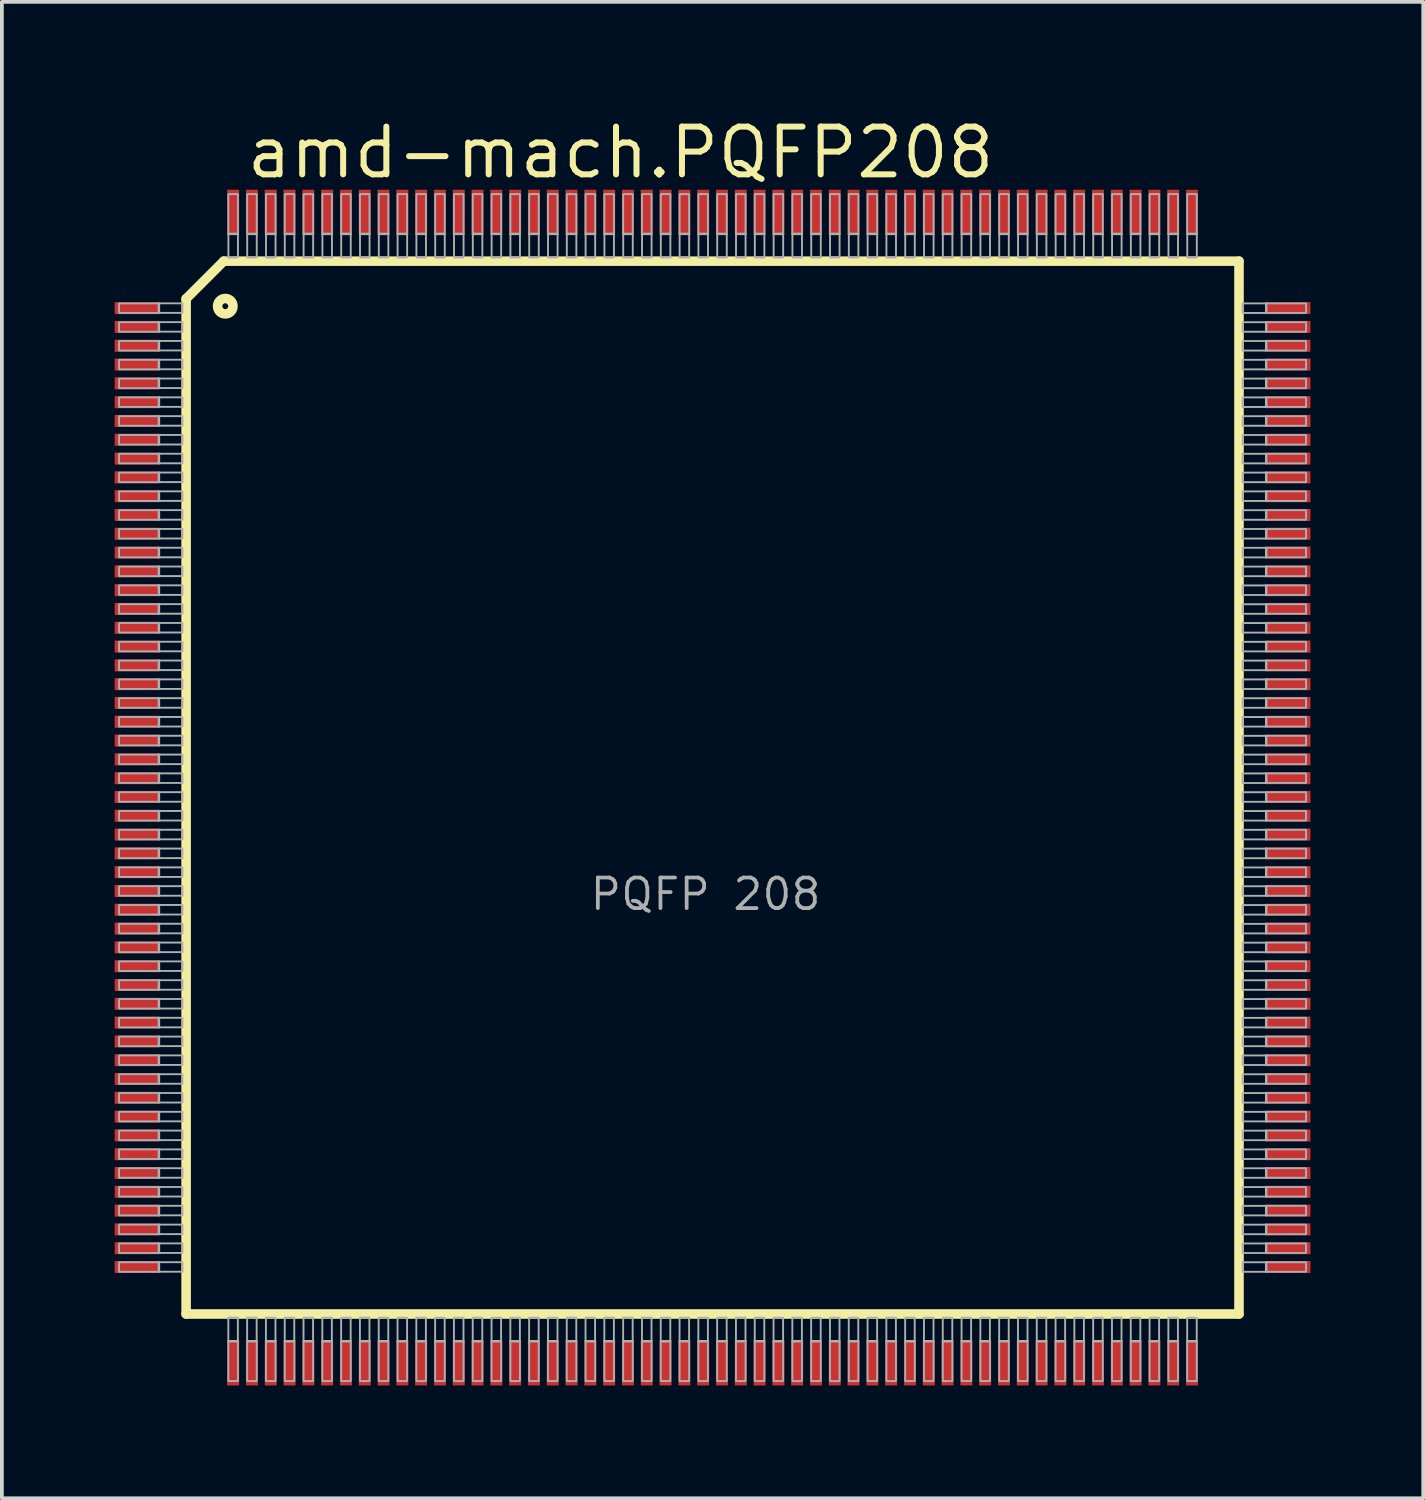
<source format=kicad_pcb>
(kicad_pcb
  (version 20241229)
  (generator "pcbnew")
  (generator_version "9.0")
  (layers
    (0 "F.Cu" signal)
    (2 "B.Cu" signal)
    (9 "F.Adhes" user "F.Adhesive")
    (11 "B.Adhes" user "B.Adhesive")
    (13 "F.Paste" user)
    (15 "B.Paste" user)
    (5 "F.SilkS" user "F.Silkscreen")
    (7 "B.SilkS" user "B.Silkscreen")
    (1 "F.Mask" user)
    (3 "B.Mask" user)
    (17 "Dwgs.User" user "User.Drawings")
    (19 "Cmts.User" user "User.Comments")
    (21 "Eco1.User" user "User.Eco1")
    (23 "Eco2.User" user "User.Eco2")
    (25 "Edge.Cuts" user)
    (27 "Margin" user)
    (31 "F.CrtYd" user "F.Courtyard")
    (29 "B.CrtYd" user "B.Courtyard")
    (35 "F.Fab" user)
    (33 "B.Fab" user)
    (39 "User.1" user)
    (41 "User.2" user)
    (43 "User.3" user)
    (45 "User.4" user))
  (footprint "amd-mach.PQFP208"
    (layer "F.Cu")
    (at 15.9 17.895)
    (property "Reference" "amd-mach.PQFP208" (at -12.47 -16.145 0) (layer "F.SilkS") (effects (font (size 1.27 1.27) (thickness 0.16)) (justify left bottom)))
    (attr smd)
    (fp_line (start -14 -13) (end -14 14) (stroke (width 0.254) (type default)) (layer "F.SilkS"))
    (fp_line (start -14 14) (end 14 14) (stroke (width 0.254) (type default)) (layer "F.SilkS"))
    (fp_line (start -13 -14) (end -14 -13) (stroke (width 0.254) (type default)) (layer "F.SilkS"))
    (fp_line (start 14 -14) (end -13 -14) (stroke (width 0.254) (type default)) (layer "F.SilkS"))
    (fp_line (start 14 14) (end 14 -14) (stroke (width 0.254) (type default)) (layer "F.SilkS"))
    (fp_circle (center -12.959 -12.802) (end -12.754 -12.802) (stroke (width 0.254) (type default)) (fill no) (layer "F.SilkS"))
    (fp_rect (start -15.783 -12.623) (end -14.716 -12.877) (stroke (width 0.05) (type default)) (fill no) (layer "F.Fab"))
    (fp_rect (start -15.783 -12.123) (end -14.716 -12.377) (stroke (width 0.05) (type default)) (fill no) (layer "F.Fab"))
    (fp_rect (start -15.783 -11.623) (end -14.716 -11.877) (stroke (width 0.05) (type default)) (fill no) (layer "F.Fab"))
    (fp_rect (start -15.783 -11.123) (end -14.716 -11.377) (stroke (width 0.05) (type default)) (fill no) (layer "F.Fab"))
    (fp_rect (start -15.783 -10.623) (end -14.716 -10.877) (stroke (width 0.05) (type default)) (fill no) (layer "F.Fab"))
    (fp_rect (start -15.783 -10.123) (end -14.716 -10.377) (stroke (width 0.05) (type default)) (fill no) (layer "F.Fab"))
    (fp_rect (start -15.783 -9.623) (end -14.716 -9.877) (stroke (width 0.05) (type default)) (fill no) (layer "F.Fab"))
    (fp_rect (start -15.783 -9.123) (end -14.716 -9.377) (stroke (width 0.05) (type default)) (fill no) (layer "F.Fab"))
    (fp_rect (start -15.783 -8.623) (end -14.716 -8.877) (stroke (width 0.05) (type default)) (fill no) (layer "F.Fab"))
    (fp_rect (start -15.783 -8.123) (end -14.716 -8.377) (stroke (width 0.05) (type default)) (fill no) (layer "F.Fab"))
    (fp_rect (start -15.783 -7.623) (end -14.716 -7.877) (stroke (width 0.05) (type default)) (fill no) (layer "F.Fab"))
    (fp_rect (start -15.783 -7.123) (end -14.716 -7.377) (stroke (width 0.05) (type default)) (fill no) (layer "F.Fab"))
    (fp_rect (start -15.783 -6.623) (end -14.716 -6.877) (stroke (width 0.05) (type default)) (fill no) (layer "F.Fab"))
    (fp_rect (start -15.783 -6.123) (end -14.716 -6.377) (stroke (width 0.05) (type default)) (fill no) (layer "F.Fab"))
    (fp_rect (start -15.783 -5.623) (end -14.716 -5.877) (stroke (width 0.05) (type default)) (fill no) (layer "F.Fab"))
    (fp_rect (start -15.783 -5.123) (end -14.716 -5.377) (stroke (width 0.05) (type default)) (fill no) (layer "F.Fab"))
    (fp_rect (start -15.783 -4.623) (end -14.716 -4.877) (stroke (width 0.05) (type default)) (fill no) (layer "F.Fab"))
    (fp_rect (start -15.783 -4.123) (end -14.716 -4.377) (stroke (width 0.05) (type default)) (fill no) (layer "F.Fab"))
    (fp_rect (start -15.783 -3.623) (end -14.716 -3.877) (stroke (width 0.05) (type default)) (fill no) (layer "F.Fab"))
    (fp_rect (start -15.783 -3.123) (end -14.716 -3.377) (stroke (width 0.05) (type default)) (fill no) (layer "F.Fab"))
    (fp_rect (start -15.783 -2.623) (end -14.716 -2.877) (stroke (width 0.05) (type default)) (fill no) (layer "F.Fab"))
    (fp_rect (start -15.783 -2.123) (end -14.716 -2.377) (stroke (width 0.05) (type default)) (fill no) (layer "F.Fab"))
    (fp_rect (start -15.783 -1.623) (end -14.716 -1.877) (stroke (width 0.05) (type default)) (fill no) (layer "F.Fab"))
    (fp_rect (start -15.783 -1.123) (end -14.716 -1.377) (stroke (width 0.05) (type default)) (fill no) (layer "F.Fab"))
    (fp_rect (start -15.783 -0.623) (end -14.716 -0.877) (stroke (width 0.05) (type default)) (fill no) (layer "F.Fab"))
    (fp_rect (start -15.783 -0.123) (end -14.716 -0.377) (stroke (width 0.05) (type default)) (fill no) (layer "F.Fab"))
    (fp_rect (start -15.783 0.377) (end -14.716 0.123) (stroke (width 0.05) (type default)) (fill no) (layer "F.Fab"))
    (fp_rect (start -15.783 0.877) (end -14.716 0.623) (stroke (width 0.05) (type default)) (fill no) (layer "F.Fab"))
    (fp_rect (start -15.783 1.377) (end -14.716 1.123) (stroke (width 0.05) (type default)) (fill no) (layer "F.Fab"))
    (fp_rect (start -15.783 1.877) (end -14.716 1.623) (stroke (width 0.05) (type default)) (fill no) (layer "F.Fab"))
    (fp_rect (start -15.783 2.377) (end -14.716 2.123) (stroke (width 0.05) (type default)) (fill no) (layer "F.Fab"))
    (fp_rect (start -15.783 2.877) (end -14.716 2.623) (stroke (width 0.05) (type default)) (fill no) (layer "F.Fab"))
    (fp_rect (start -15.783 3.377) (end -14.716 3.123) (stroke (width 0.05) (type default)) (fill no) (layer "F.Fab"))
    (fp_rect (start -15.783 3.877) (end -14.716 3.623) (stroke (width 0.05) (type default)) (fill no) (layer "F.Fab"))
    (fp_rect (start -15.783 4.377) (end -14.716 4.123) (stroke (width 0.05) (type default)) (fill no) (layer "F.Fab"))
    (fp_rect (start -15.783 4.877) (end -14.716 4.623) (stroke (width 0.05) (type default)) (fill no) (layer "F.Fab"))
    (fp_rect (start -15.783 5.377) (end -14.716 5.123) (stroke (width 0.05) (type default)) (fill no) (layer "F.Fab"))
    (fp_rect (start -15.783 5.877) (end -14.716 5.623) (stroke (width 0.05) (type default)) (fill no) (layer "F.Fab"))
    (fp_rect (start -15.783 6.377) (end -14.716 6.123) (stroke (width 0.05) (type default)) (fill no) (layer "F.Fab"))
    (fp_rect (start -15.783 6.877) (end -14.716 6.623) (stroke (width 0.05) (type default)) (fill no) (layer "F.Fab"))
    (fp_rect (start -15.783 7.377) (end -14.716 7.123) (stroke (width 0.05) (type default)) (fill no) (layer "F.Fab"))
    (fp_rect (start -15.783 7.877) (end -14.716 7.623) (stroke (width 0.05) (type default)) (fill no) (layer "F.Fab"))
    (fp_rect (start -15.783 8.377) (end -14.716 8.123) (stroke (width 0.05) (type default)) (fill no) (layer "F.Fab"))
    (fp_rect (start -15.783 8.877) (end -14.716 8.623) (stroke (width 0.05) (type default)) (fill no) (layer "F.Fab"))
    (fp_rect (start -15.783 9.377) (end -14.716 9.123) (stroke (width 0.05) (type default)) (fill no) (layer "F.Fab"))
    (fp_rect (start -15.783 9.877) (end -14.716 9.623) (stroke (width 0.05) (type default)) (fill no) (layer "F.Fab"))
    (fp_rect (start -15.783 10.377) (end -14.716 10.123) (stroke (width 0.05) (type default)) (fill no) (layer "F.Fab"))
    (fp_rect (start -15.783 10.877) (end -14.716 10.623) (stroke (width 0.05) (type default)) (fill no) (layer "F.Fab"))
    (fp_rect (start -15.783 11.377) (end -14.716 11.123) (stroke (width 0.05) (type default)) (fill no) (layer "F.Fab"))
    (fp_rect (start -15.783 11.877) (end -14.716 11.623) (stroke (width 0.05) (type default)) (fill no) (layer "F.Fab"))
    (fp_rect (start -15.783 12.377) (end -14.716 12.123) (stroke (width 0.05) (type default)) (fill no) (layer "F.Fab"))
    (fp_rect (start -15.783 12.877) (end -14.716 12.623) (stroke (width 0.05) (type default)) (fill no) (layer "F.Fab"))
    (fp_rect (start -14.732 -12.624) (end -14.097 -12.878) (stroke (width 0.05) (type default)) (fill no) (layer "F.Fab"))
    (fp_rect (start -14.732 -12.124) (end -14.097 -12.378) (stroke (width 0.05) (type default)) (fill no) (layer "F.Fab"))
    (fp_rect (start -14.732 -11.624) (end -14.097 -11.878) (stroke (width 0.05) (type default)) (fill no) (layer "F.Fab"))
    (fp_rect (start -14.732 -11.124) (end -14.097 -11.378) (stroke (width 0.05) (type default)) (fill no) (layer "F.Fab"))
    (fp_rect (start -14.732 -10.624) (end -14.097 -10.878) (stroke (width 0.05) (type default)) (fill no) (layer "F.Fab"))
    (fp_rect (start -14.732 -10.124) (end -14.097 -10.378) (stroke (width 0.05) (type default)) (fill no) (layer "F.Fab"))
    (fp_rect (start -14.732 -9.624) (end -14.097 -9.878) (stroke (width 0.05) (type default)) (fill no) (layer "F.Fab"))
    (fp_rect (start -14.732 -9.124) (end -14.097 -9.378) (stroke (width 0.05) (type default)) (fill no) (layer "F.Fab"))
    (fp_rect (start -14.732 -8.624) (end -14.097 -8.878) (stroke (width 0.05) (type default)) (fill no) (layer "F.Fab"))
    (fp_rect (start -14.732 -8.124) (end -14.097 -8.378) (stroke (width 0.05) (type default)) (fill no) (layer "F.Fab"))
    (fp_rect (start -14.732 -7.624) (end -14.097 -7.878) (stroke (width 0.05) (type default)) (fill no) (layer "F.Fab"))
    (fp_rect (start -14.732 -7.124) (end -14.097 -7.378) (stroke (width 0.05) (type default)) (fill no) (layer "F.Fab"))
    (fp_rect (start -14.732 -6.624) (end -14.097 -6.878) (stroke (width 0.05) (type default)) (fill no) (layer "F.Fab"))
    (fp_rect (start -14.732 -6.124) (end -14.097 -6.378) (stroke (width 0.05) (type default)) (fill no) (layer "F.Fab"))
    (fp_rect (start -14.732 -5.624) (end -14.097 -5.878) (stroke (width 0.05) (type default)) (fill no) (layer "F.Fab"))
    (fp_rect (start -14.732 -5.124) (end -14.097 -5.378) (stroke (width 0.05) (type default)) (fill no) (layer "F.Fab"))
    (fp_rect (start -14.732 -4.624) (end -14.097 -4.878) (stroke (width 0.05) (type default)) (fill no) (layer "F.Fab"))
    (fp_rect (start -14.732 -4.124) (end -14.097 -4.378) (stroke (width 0.05) (type default)) (fill no) (layer "F.Fab"))
    (fp_rect (start -14.732 -3.624) (end -14.097 -3.878) (stroke (width 0.05) (type default)) (fill no) (layer "F.Fab"))
    (fp_rect (start -14.732 -3.124) (end -14.097 -3.378) (stroke (width 0.05) (type default)) (fill no) (layer "F.Fab"))
    (fp_rect (start -14.732 -2.624) (end -14.097 -2.878) (stroke (width 0.05) (type default)) (fill no) (layer "F.Fab"))
    (fp_rect (start -14.732 -2.124) (end -14.097 -2.378) (stroke (width 0.05) (type default)) (fill no) (layer "F.Fab"))
    (fp_rect (start -14.732 -1.624) (end -14.097 -1.878) (stroke (width 0.05) (type default)) (fill no) (layer "F.Fab"))
    (fp_rect (start -14.732 -1.124) (end -14.097 -1.378) (stroke (width 0.05) (type default)) (fill no) (layer "F.Fab"))
    (fp_rect (start -14.732 -0.624) (end -14.097 -0.878) (stroke (width 0.05) (type default)) (fill no) (layer "F.Fab"))
    (fp_rect (start -14.732 -0.124) (end -14.097 -0.378) (stroke (width 0.05) (type default)) (fill no) (layer "F.Fab"))
    (fp_rect (start -14.732 0.376) (end -14.097 0.122) (stroke (width 0.05) (type default)) (fill no) (layer "F.Fab"))
    (fp_rect (start -14.732 0.876) (end -14.097 0.622) (stroke (width 0.05) (type default)) (fill no) (layer "F.Fab"))
    (fp_rect (start -14.732 1.376) (end -14.097 1.122) (stroke (width 0.05) (type default)) (fill no) (layer "F.Fab"))
    (fp_rect (start -14.732 1.876) (end -14.097 1.622) (stroke (width 0.05) (type default)) (fill no) (layer "F.Fab"))
    (fp_rect (start -14.732 2.376) (end -14.097 2.122) (stroke (width 0.05) (type default)) (fill no) (layer "F.Fab"))
    (fp_rect (start -14.732 2.876) (end -14.097 2.622) (stroke (width 0.05) (type default)) (fill no) (layer "F.Fab"))
    (fp_rect (start -14.732 3.376) (end -14.097 3.122) (stroke (width 0.05) (type default)) (fill no) (layer "F.Fab"))
    (fp_rect (start -14.732 3.876) (end -14.097 3.622) (stroke (width 0.05) (type default)) (fill no) (layer "F.Fab"))
    (fp_rect (start -14.732 4.376) (end -14.097 4.122) (stroke (width 0.05) (type default)) (fill no) (layer "F.Fab"))
    (fp_rect (start -14.732 4.876) (end -14.097 4.622) (stroke (width 0.05) (type default)) (fill no) (layer "F.Fab"))
    (fp_rect (start -14.732 5.376) (end -14.097 5.122) (stroke (width 0.05) (type default)) (fill no) (layer "F.Fab"))
    (fp_rect (start -14.732 5.876) (end -14.097 5.622) (stroke (width 0.05) (type default)) (fill no) (layer "F.Fab"))
    (fp_rect (start -14.732 6.376) (end -14.097 6.122) (stroke (width 0.05) (type default)) (fill no) (layer "F.Fab"))
    (fp_rect (start -14.732 6.876) (end -14.097 6.622) (stroke (width 0.05) (type default)) (fill no) (layer "F.Fab"))
    (fp_rect (start -14.732 7.376) (end -14.097 7.122) (stroke (width 0.05) (type default)) (fill no) (layer "F.Fab"))
    (fp_rect (start -14.732 7.876) (end -14.097 7.622) (stroke (width 0.05) (type default)) (fill no) (layer "F.Fab"))
    (fp_rect (start -14.732 8.376) (end -14.097 8.122) (stroke (width 0.05) (type default)) (fill no) (layer "F.Fab"))
    (fp_rect (start -14.732 8.876) (end -14.097 8.622) (stroke (width 0.05) (type default)) (fill no) (layer "F.Fab"))
    (fp_rect (start -14.732 9.376) (end -14.097 9.122) (stroke (width 0.05) (type default)) (fill no) (layer "F.Fab"))
    (fp_rect (start -14.732 9.876) (end -14.097 9.622) (stroke (width 0.05) (type default)) (fill no) (layer "F.Fab"))
    (fp_rect (start -14.732 10.376) (end -14.097 10.122) (stroke (width 0.05) (type default)) (fill no) (layer "F.Fab"))
    (fp_rect (start -14.732 10.876) (end -14.097 10.622) (stroke (width 0.05) (type default)) (fill no) (layer "F.Fab"))
    (fp_rect (start -14.732 11.376) (end -14.097 11.122) (stroke (width 0.05) (type default)) (fill no) (layer "F.Fab"))
    (fp_rect (start -14.732 11.876) (end -14.097 11.622) (stroke (width 0.05) (type default)) (fill no) (layer "F.Fab"))
    (fp_rect (start -14.732 12.376) (end -14.097 12.122) (stroke (width 0.05) (type default)) (fill no) (layer "F.Fab"))
    (fp_rect (start -14.732 12.876) (end -14.097 12.622) (stroke (width 0.05) (type default)) (fill no) (layer "F.Fab"))
    (fp_rect (start -12.878 14.732) (end -12.624 14.097) (stroke (width 0.05) (type default)) (fill no) (layer "F.Fab"))
    (fp_rect (start -12.877 -14.716) (end -12.623 -15.783) (stroke (width 0.05) (type default)) (fill no) (layer "F.Fab"))
    (fp_rect (start -12.877 15.783) (end -12.623 14.716) (stroke (width 0.05) (type default)) (fill no) (layer "F.Fab"))
    (fp_rect (start -12.876 -14.097) (end -12.622 -14.732) (stroke (width 0.05) (type default)) (fill no) (layer "F.Fab"))
    (fp_rect (start -12.378 14.732) (end -12.124 14.097) (stroke (width 0.05) (type default)) (fill no) (layer "F.Fab"))
    (fp_rect (start -12.377 -14.716) (end -12.123 -15.783) (stroke (width 0.05) (type default)) (fill no) (layer "F.Fab"))
    (fp_rect (start -12.377 15.783) (end -12.123 14.716) (stroke (width 0.05) (type default)) (fill no) (layer "F.Fab"))
    (fp_rect (start -12.376 -14.097) (end -12.122 -14.732) (stroke (width 0.05) (type default)) (fill no) (layer "F.Fab"))
    (fp_rect (start -11.878 14.732) (end -11.624 14.097) (stroke (width 0.05) (type default)) (fill no) (layer "F.Fab"))
    (fp_rect (start -11.877 -14.716) (end -11.623 -15.783) (stroke (width 0.05) (type default)) (fill no) (layer "F.Fab"))
    (fp_rect (start -11.877 15.783) (end -11.623 14.716) (stroke (width 0.05) (type default)) (fill no) (layer "F.Fab"))
    (fp_rect (start -11.876 -14.097) (end -11.622 -14.732) (stroke (width 0.05) (type default)) (fill no) (layer "F.Fab"))
    (fp_rect (start -11.378 14.732) (end -11.124 14.097) (stroke (width 0.05) (type default)) (fill no) (layer "F.Fab"))
    (fp_rect (start -11.377 -14.716) (end -11.123 -15.783) (stroke (width 0.05) (type default)) (fill no) (layer "F.Fab"))
    (fp_rect (start -11.377 15.783) (end -11.123 14.716) (stroke (width 0.05) (type default)) (fill no) (layer "F.Fab"))
    (fp_rect (start -11.376 -14.097) (end -11.122 -14.732) (stroke (width 0.05) (type default)) (fill no) (layer "F.Fab"))
    (fp_rect (start -10.878 14.732) (end -10.624 14.097) (stroke (width 0.05) (type default)) (fill no) (layer "F.Fab"))
    (fp_rect (start -10.877 -14.716) (end -10.623 -15.783) (stroke (width 0.05) (type default)) (fill no) (layer "F.Fab"))
    (fp_rect (start -10.877 15.783) (end -10.623 14.716) (stroke (width 0.05) (type default)) (fill no) (layer "F.Fab"))
    (fp_rect (start -10.876 -14.097) (end -10.622 -14.732) (stroke (width 0.05) (type default)) (fill no) (layer "F.Fab"))
    (fp_rect (start -10.378 14.732) (end -10.124 14.097) (stroke (width 0.05) (type default)) (fill no) (layer "F.Fab"))
    (fp_rect (start -10.377 -14.716) (end -10.123 -15.783) (stroke (width 0.05) (type default)) (fill no) (layer "F.Fab"))
    (fp_rect (start -10.377 15.783) (end -10.123 14.716) (stroke (width 0.05) (type default)) (fill no) (layer "F.Fab"))
    (fp_rect (start -10.376 -14.097) (end -10.122 -14.732) (stroke (width 0.05) (type default)) (fill no) (layer "F.Fab"))
    (fp_rect (start -9.878 14.732) (end -9.624 14.097) (stroke (width 0.05) (type default)) (fill no) (layer "F.Fab"))
    (fp_rect (start -9.877 -14.716) (end -9.623 -15.783) (stroke (width 0.05) (type default)) (fill no) (layer "F.Fab"))
    (fp_rect (start -9.877 15.783) (end -9.623 14.716) (stroke (width 0.05) (type default)) (fill no) (layer "F.Fab"))
    (fp_rect (start -9.876 -14.097) (end -9.622 -14.732) (stroke (width 0.05) (type default)) (fill no) (layer "F.Fab"))
    (fp_rect (start -9.378 14.732) (end -9.124 14.097) (stroke (width 0.05) (type default)) (fill no) (layer "F.Fab"))
    (fp_rect (start -9.377 -14.716) (end -9.123 -15.783) (stroke (width 0.05) (type default)) (fill no) (layer "F.Fab"))
    (fp_rect (start -9.377 15.783) (end -9.123 14.716) (stroke (width 0.05) (type default)) (fill no) (layer "F.Fab"))
    (fp_rect (start -9.376 -14.097) (end -9.122 -14.732) (stroke (width 0.05) (type default)) (fill no) (layer "F.Fab"))
    (fp_rect (start -8.878 14.732) (end -8.624 14.097) (stroke (width 0.05) (type default)) (fill no) (layer "F.Fab"))
    (fp_rect (start -8.877 -14.716) (end -8.623 -15.783) (stroke (width 0.05) (type default)) (fill no) (layer "F.Fab"))
    (fp_rect (start -8.877 15.783) (end -8.623 14.716) (stroke (width 0.05) (type default)) (fill no) (layer "F.Fab"))
    (fp_rect (start -8.876 -14.097) (end -8.622 -14.732) (stroke (width 0.05) (type default)) (fill no) (layer "F.Fab"))
    (fp_rect (start -8.378 14.732) (end -8.124 14.097) (stroke (width 0.05) (type default)) (fill no) (layer "F.Fab"))
    (fp_rect (start -8.377 -14.716) (end -8.123 -15.783) (stroke (width 0.05) (type default)) (fill no) (layer "F.Fab"))
    (fp_rect (start -8.377 15.783) (end -8.123 14.716) (stroke (width 0.05) (type default)) (fill no) (layer "F.Fab"))
    (fp_rect (start -8.376 -14.097) (end -8.122 -14.732) (stroke (width 0.05) (type default)) (fill no) (layer "F.Fab"))
    (fp_rect (start -7.878 14.732) (end -7.624 14.097) (stroke (width 0.05) (type default)) (fill no) (layer "F.Fab"))
    (fp_rect (start -7.877 -14.716) (end -7.623 -15.783) (stroke (width 0.05) (type default)) (fill no) (layer "F.Fab"))
    (fp_rect (start -7.877 15.783) (end -7.623 14.716) (stroke (width 0.05) (type default)) (fill no) (layer "F.Fab"))
    (fp_rect (start -7.876 -14.097) (end -7.622 -14.732) (stroke (width 0.05) (type default)) (fill no) (layer "F.Fab"))
    (fp_rect (start -7.378 14.732) (end -7.124 14.097) (stroke (width 0.05) (type default)) (fill no) (layer "F.Fab"))
    (fp_rect (start -7.377 -14.716) (end -7.123 -15.783) (stroke (width 0.05) (type default)) (fill no) (layer "F.Fab"))
    (fp_rect (start -7.377 15.783) (end -7.123 14.716) (stroke (width 0.05) (type default)) (fill no) (layer "F.Fab"))
    (fp_rect (start -7.376 -14.097) (end -7.122 -14.732) (stroke (width 0.05) (type default)) (fill no) (layer "F.Fab"))
    (fp_rect (start -6.878 14.732) (end -6.624 14.097) (stroke (width 0.05) (type default)) (fill no) (layer "F.Fab"))
    (fp_rect (start -6.877 -14.716) (end -6.623 -15.783) (stroke (width 0.05) (type default)) (fill no) (layer "F.Fab"))
    (fp_rect (start -6.877 15.783) (end -6.623 14.716) (stroke (width 0.05) (type default)) (fill no) (layer "F.Fab"))
    (fp_rect (start -6.876 -14.097) (end -6.622 -14.732) (stroke (width 0.05) (type default)) (fill no) (layer "F.Fab"))
    (fp_rect (start -6.378 14.732) (end -6.124 14.097) (stroke (width 0.05) (type default)) (fill no) (layer "F.Fab"))
    (fp_rect (start -6.377 -14.716) (end -6.123 -15.783) (stroke (width 0.05) (type default)) (fill no) (layer "F.Fab"))
    (fp_rect (start -6.377 15.783) (end -6.123 14.716) (stroke (width 0.05) (type default)) (fill no) (layer "F.Fab"))
    (fp_rect (start -6.376 -14.097) (end -6.122 -14.732) (stroke (width 0.05) (type default)) (fill no) (layer "F.Fab"))
    (fp_rect (start -5.878 14.732) (end -5.624 14.097) (stroke (width 0.05) (type default)) (fill no) (layer "F.Fab"))
    (fp_rect (start -5.877 -14.716) (end -5.623 -15.783) (stroke (width 0.05) (type default)) (fill no) (layer "F.Fab"))
    (fp_rect (start -5.877 15.783) (end -5.623 14.716) (stroke (width 0.05) (type default)) (fill no) (layer "F.Fab"))
    (fp_rect (start -5.876 -14.097) (end -5.622 -14.732) (stroke (width 0.05) (type default)) (fill no) (layer "F.Fab"))
    (fp_rect (start -5.378 14.732) (end -5.124 14.097) (stroke (width 0.05) (type default)) (fill no) (layer "F.Fab"))
    (fp_rect (start -5.377 -14.716) (end -5.123 -15.783) (stroke (width 0.05) (type default)) (fill no) (layer "F.Fab"))
    (fp_rect (start -5.377 15.783) (end -5.123 14.716) (stroke (width 0.05) (type default)) (fill no) (layer "F.Fab"))
    (fp_rect (start -5.376 -14.097) (end -5.122 -14.732) (stroke (width 0.05) (type default)) (fill no) (layer "F.Fab"))
    (fp_rect (start -4.878 14.732) (end -4.624 14.097) (stroke (width 0.05) (type default)) (fill no) (layer "F.Fab"))
    (fp_rect (start -4.877 -14.716) (end -4.623 -15.783) (stroke (width 0.05) (type default)) (fill no) (layer "F.Fab"))
    (fp_rect (start -4.877 15.783) (end -4.623 14.716) (stroke (width 0.05) (type default)) (fill no) (layer "F.Fab"))
    (fp_rect (start -4.876 -14.097) (end -4.622 -14.732) (stroke (width 0.05) (type default)) (fill no) (layer "F.Fab"))
    (fp_rect (start -4.378 14.732) (end -4.124 14.097) (stroke (width 0.05) (type default)) (fill no) (layer "F.Fab"))
    (fp_rect (start -4.377 -14.716) (end -4.123 -15.783) (stroke (width 0.05) (type default)) (fill no) (layer "F.Fab"))
    (fp_rect (start -4.377 15.783) (end -4.123 14.716) (stroke (width 0.05) (type default)) (fill no) (layer "F.Fab"))
    (fp_rect (start -4.376 -14.097) (end -4.122 -14.732) (stroke (width 0.05) (type default)) (fill no) (layer "F.Fab"))
    (fp_rect (start -3.878 14.732) (end -3.624 14.097) (stroke (width 0.05) (type default)) (fill no) (layer "F.Fab"))
    (fp_rect (start -3.877 -14.716) (end -3.623 -15.783) (stroke (width 0.05) (type default)) (fill no) (layer "F.Fab"))
    (fp_rect (start -3.877 15.783) (end -3.623 14.716) (stroke (width 0.05) (type default)) (fill no) (layer "F.Fab"))
    (fp_rect (start -3.876 -14.097) (end -3.622 -14.732) (stroke (width 0.05) (type default)) (fill no) (layer "F.Fab"))
    (fp_rect (start -3.378 14.732) (end -3.124 14.097) (stroke (width 0.05) (type default)) (fill no) (layer "F.Fab"))
    (fp_rect (start -3.377 -14.716) (end -3.123 -15.783) (stroke (width 0.05) (type default)) (fill no) (layer "F.Fab"))
    (fp_rect (start -3.377 15.783) (end -3.123 14.716) (stroke (width 0.05) (type default)) (fill no) (layer "F.Fab"))
    (fp_rect (start -3.376 -14.097) (end -3.122 -14.732) (stroke (width 0.05) (type default)) (fill no) (layer "F.Fab"))
    (fp_rect (start -2.878 14.732) (end -2.624 14.097) (stroke (width 0.05) (type default)) (fill no) (layer "F.Fab"))
    (fp_rect (start -2.877 -14.716) (end -2.623 -15.783) (stroke (width 0.05) (type default)) (fill no) (layer "F.Fab"))
    (fp_rect (start -2.877 15.783) (end -2.623 14.716) (stroke (width 0.05) (type default)) (fill no) (layer "F.Fab"))
    (fp_rect (start -2.876 -14.097) (end -2.622 -14.732) (stroke (width 0.05) (type default)) (fill no) (layer "F.Fab"))
    (fp_rect (start -2.378 14.732) (end -2.124 14.097) (stroke (width 0.05) (type default)) (fill no) (layer "F.Fab"))
    (fp_rect (start -2.377 -14.716) (end -2.123 -15.783) (stroke (width 0.05) (type default)) (fill no) (layer "F.Fab"))
    (fp_rect (start -2.377 15.783) (end -2.123 14.716) (stroke (width 0.05) (type default)) (fill no) (layer "F.Fab"))
    (fp_rect (start -2.376 -14.097) (end -2.122 -14.732) (stroke (width 0.05) (type default)) (fill no) (layer "F.Fab"))
    (fp_rect (start -1.878 14.732) (end -1.624 14.097) (stroke (width 0.05) (type default)) (fill no) (layer "F.Fab"))
    (fp_rect (start -1.877 -14.716) (end -1.623 -15.783) (stroke (width 0.05) (type default)) (fill no) (layer "F.Fab"))
    (fp_rect (start -1.877 15.783) (end -1.623 14.716) (stroke (width 0.05) (type default)) (fill no) (layer "F.Fab"))
    (fp_rect (start -1.876 -14.097) (end -1.622 -14.732) (stroke (width 0.05) (type default)) (fill no) (layer "F.Fab"))
    (fp_rect (start -1.378 14.732) (end -1.124 14.097) (stroke (width 0.05) (type default)) (fill no) (layer "F.Fab"))
    (fp_rect (start -1.377 -14.716) (end -1.123 -15.783) (stroke (width 0.05) (type default)) (fill no) (layer "F.Fab"))
    (fp_rect (start -1.377 15.783) (end -1.123 14.716) (stroke (width 0.05) (type default)) (fill no) (layer "F.Fab"))
    (fp_rect (start -1.376 -14.097) (end -1.122 -14.732) (stroke (width 0.05) (type default)) (fill no) (layer "F.Fab"))
    (fp_rect (start -0.878 14.732) (end -0.624 14.097) (stroke (width 0.05) (type default)) (fill no) (layer "F.Fab"))
    (fp_rect (start -0.877 -14.716) (end -0.623 -15.783) (stroke (width 0.05) (type default)) (fill no) (layer "F.Fab"))
    (fp_rect (start -0.877 15.783) (end -0.623 14.716) (stroke (width 0.05) (type default)) (fill no) (layer "F.Fab"))
    (fp_rect (start -0.876 -14.097) (end -0.622 -14.732) (stroke (width 0.05) (type default)) (fill no) (layer "F.Fab"))
    (fp_rect (start -0.378 14.732) (end -0.124 14.097) (stroke (width 0.05) (type default)) (fill no) (layer "F.Fab"))
    (fp_rect (start -0.377 -14.716) (end -0.123 -15.783) (stroke (width 0.05) (type default)) (fill no) (layer "F.Fab"))
    (fp_rect (start -0.377 15.783) (end -0.123 14.716) (stroke (width 0.05) (type default)) (fill no) (layer "F.Fab"))
    (fp_rect (start -0.376 -14.097) (end -0.122 -14.732) (stroke (width 0.05) (type default)) (fill no) (layer "F.Fab"))
    (fp_rect (start 0.122 14.732) (end 0.376 14.097) (stroke (width 0.05) (type default)) (fill no) (layer "F.Fab"))
    (fp_rect (start 0.123 -14.716) (end 0.377 -15.783) (stroke (width 0.05) (type default)) (fill no) (layer "F.Fab"))
    (fp_rect (start 0.123 15.783) (end 0.377 14.716) (stroke (width 0.05) (type default)) (fill no) (layer "F.Fab"))
    (fp_rect (start 0.124 -14.097) (end 0.378 -14.732) (stroke (width 0.05) (type default)) (fill no) (layer "F.Fab"))
    (fp_rect (start 0.622 14.732) (end 0.876 14.097) (stroke (width 0.05) (type default)) (fill no) (layer "F.Fab"))
    (fp_rect (start 0.623 -14.716) (end 0.877 -15.783) (stroke (width 0.05) (type default)) (fill no) (layer "F.Fab"))
    (fp_rect (start 0.623 15.783) (end 0.877 14.716) (stroke (width 0.05) (type default)) (fill no) (layer "F.Fab"))
    (fp_rect (start 0.624 -14.097) (end 0.878 -14.732) (stroke (width 0.05) (type default)) (fill no) (layer "F.Fab"))
    (fp_rect (start 1.122 14.732) (end 1.376 14.097) (stroke (width 0.05) (type default)) (fill no) (layer "F.Fab"))
    (fp_rect (start 1.123 -14.716) (end 1.377 -15.783) (stroke (width 0.05) (type default)) (fill no) (layer "F.Fab"))
    (fp_rect (start 1.123 15.783) (end 1.377 14.716) (stroke (width 0.05) (type default)) (fill no) (layer "F.Fab"))
    (fp_rect (start 1.124 -14.097) (end 1.378 -14.732) (stroke (width 0.05) (type default)) (fill no) (layer "F.Fab"))
    (fp_rect (start 1.622 14.732) (end 1.876 14.097) (stroke (width 0.05) (type default)) (fill no) (layer "F.Fab"))
    (fp_rect (start 1.623 -14.716) (end 1.877 -15.783) (stroke (width 0.05) (type default)) (fill no) (layer "F.Fab"))
    (fp_rect (start 1.623 15.783) (end 1.877 14.716) (stroke (width 0.05) (type default)) (fill no) (layer "F.Fab"))
    (fp_rect (start 1.624 -14.097) (end 1.878 -14.732) (stroke (width 0.05) (type default)) (fill no) (layer "F.Fab"))
    (fp_rect (start 2.122 14.732) (end 2.376 14.097) (stroke (width 0.05) (type default)) (fill no) (layer "F.Fab"))
    (fp_rect (start 2.123 -14.716) (end 2.377 -15.783) (stroke (width 0.05) (type default)) (fill no) (layer "F.Fab"))
    (fp_rect (start 2.123 15.783) (end 2.377 14.716) (stroke (width 0.05) (type default)) (fill no) (layer "F.Fab"))
    (fp_rect (start 2.124 -14.097) (end 2.378 -14.732) (stroke (width 0.05) (type default)) (fill no) (layer "F.Fab"))
    (fp_rect (start 2.622 14.732) (end 2.876 14.097) (stroke (width 0.05) (type default)) (fill no) (layer "F.Fab"))
    (fp_rect (start 2.623 -14.716) (end 2.877 -15.783) (stroke (width 0.05) (type default)) (fill no) (layer "F.Fab"))
    (fp_rect (start 2.623 15.783) (end 2.877 14.716) (stroke (width 0.05) (type default)) (fill no) (layer "F.Fab"))
    (fp_rect (start 2.624 -14.097) (end 2.878 -14.732) (stroke (width 0.05) (type default)) (fill no) (layer "F.Fab"))
    (fp_rect (start 3.122 14.732) (end 3.376 14.097) (stroke (width 0.05) (type default)) (fill no) (layer "F.Fab"))
    (fp_rect (start 3.123 -14.716) (end 3.377 -15.783) (stroke (width 0.05) (type default)) (fill no) (layer "F.Fab"))
    (fp_rect (start 3.123 15.783) (end 3.377 14.716) (stroke (width 0.05) (type default)) (fill no) (layer "F.Fab"))
    (fp_rect (start 3.124 -14.097) (end 3.378 -14.732) (stroke (width 0.05) (type default)) (fill no) (layer "F.Fab"))
    (fp_rect (start 3.622 14.732) (end 3.876 14.097) (stroke (width 0.05) (type default)) (fill no) (layer "F.Fab"))
    (fp_rect (start 3.623 -14.716) (end 3.877 -15.783) (stroke (width 0.05) (type default)) (fill no) (layer "F.Fab"))
    (fp_rect (start 3.623 15.783) (end 3.877 14.716) (stroke (width 0.05) (type default)) (fill no) (layer "F.Fab"))
    (fp_rect (start 3.624 -14.097) (end 3.878 -14.732) (stroke (width 0.05) (type default)) (fill no) (layer "F.Fab"))
    (fp_rect (start 4.122 14.732) (end 4.376 14.097) (stroke (width 0.05) (type default)) (fill no) (layer "F.Fab"))
    (fp_rect (start 4.123 -14.716) (end 4.377 -15.783) (stroke (width 0.05) (type default)) (fill no) (layer "F.Fab"))
    (fp_rect (start 4.123 15.783) (end 4.377 14.716) (stroke (width 0.05) (type default)) (fill no) (layer "F.Fab"))
    (fp_rect (start 4.124 -14.097) (end 4.378 -14.732) (stroke (width 0.05) (type default)) (fill no) (layer "F.Fab"))
    (fp_rect (start 4.622 14.732) (end 4.876 14.097) (stroke (width 0.05) (type default)) (fill no) (layer "F.Fab"))
    (fp_rect (start 4.623 -14.716) (end 4.877 -15.783) (stroke (width 0.05) (type default)) (fill no) (layer "F.Fab"))
    (fp_rect (start 4.623 15.783) (end 4.877 14.716) (stroke (width 0.05) (type default)) (fill no) (layer "F.Fab"))
    (fp_rect (start 4.624 -14.097) (end 4.878 -14.732) (stroke (width 0.05) (type default)) (fill no) (layer "F.Fab"))
    (fp_rect (start 5.122 14.732) (end 5.376 14.097) (stroke (width 0.05) (type default)) (fill no) (layer "F.Fab"))
    (fp_rect (start 5.123 -14.716) (end 5.377 -15.783) (stroke (width 0.05) (type default)) (fill no) (layer "F.Fab"))
    (fp_rect (start 5.123 15.783) (end 5.377 14.716) (stroke (width 0.05) (type default)) (fill no) (layer "F.Fab"))
    (fp_rect (start 5.124 -14.097) (end 5.378 -14.732) (stroke (width 0.05) (type default)) (fill no) (layer "F.Fab"))
    (fp_rect (start 5.622 14.732) (end 5.876 14.097) (stroke (width 0.05) (type default)) (fill no) (layer "F.Fab"))
    (fp_rect (start 5.623 -14.716) (end 5.877 -15.783) (stroke (width 0.05) (type default)) (fill no) (layer "F.Fab"))
    (fp_rect (start 5.623 15.783) (end 5.877 14.716) (stroke (width 0.05) (type default)) (fill no) (layer "F.Fab"))
    (fp_rect (start 5.624 -14.097) (end 5.878 -14.732) (stroke (width 0.05) (type default)) (fill no) (layer "F.Fab"))
    (fp_rect (start 6.122 14.732) (end 6.376 14.097) (stroke (width 0.05) (type default)) (fill no) (layer "F.Fab"))
    (fp_rect (start 6.123 -14.716) (end 6.377 -15.783) (stroke (width 0.05) (type default)) (fill no) (layer "F.Fab"))
    (fp_rect (start 6.123 15.783) (end 6.377 14.716) (stroke (width 0.05) (type default)) (fill no) (layer "F.Fab"))
    (fp_rect (start 6.124 -14.097) (end 6.378 -14.732) (stroke (width 0.05) (type default)) (fill no) (layer "F.Fab"))
    (fp_rect (start 6.622 14.732) (end 6.876 14.097) (stroke (width 0.05) (type default)) (fill no) (layer "F.Fab"))
    (fp_rect (start 6.623 -14.716) (end 6.877 -15.783) (stroke (width 0.05) (type default)) (fill no) (layer "F.Fab"))
    (fp_rect (start 6.623 15.783) (end 6.877 14.716) (stroke (width 0.05) (type default)) (fill no) (layer "F.Fab"))
    (fp_rect (start 6.624 -14.097) (end 6.878 -14.732) (stroke (width 0.05) (type default)) (fill no) (layer "F.Fab"))
    (fp_rect (start 7.122 14.732) (end 7.376 14.097) (stroke (width 0.05) (type default)) (fill no) (layer "F.Fab"))
    (fp_rect (start 7.123 -14.716) (end 7.377 -15.783) (stroke (width 0.05) (type default)) (fill no) (layer "F.Fab"))
    (fp_rect (start 7.123 15.783) (end 7.377 14.716) (stroke (width 0.05) (type default)) (fill no) (layer "F.Fab"))
    (fp_rect (start 7.124 -14.097) (end 7.378 -14.732) (stroke (width 0.05) (type default)) (fill no) (layer "F.Fab"))
    (fp_rect (start 7.622 14.732) (end 7.876 14.097) (stroke (width 0.05) (type default)) (fill no) (layer "F.Fab"))
    (fp_rect (start 7.623 -14.716) (end 7.877 -15.783) (stroke (width 0.05) (type default)) (fill no) (layer "F.Fab"))
    (fp_rect (start 7.623 15.783) (end 7.877 14.716) (stroke (width 0.05) (type default)) (fill no) (layer "F.Fab"))
    (fp_rect (start 7.624 -14.097) (end 7.878 -14.732) (stroke (width 0.05) (type default)) (fill no) (layer "F.Fab"))
    (fp_rect (start 8.122 14.732) (end 8.376 14.097) (stroke (width 0.05) (type default)) (fill no) (layer "F.Fab"))
    (fp_rect (start 8.123 -14.716) (end 8.377 -15.783) (stroke (width 0.05) (type default)) (fill no) (layer "F.Fab"))
    (fp_rect (start 8.123 15.783) (end 8.377 14.716) (stroke (width 0.05) (type default)) (fill no) (layer "F.Fab"))
    (fp_rect (start 8.124 -14.097) (end 8.378 -14.732) (stroke (width 0.05) (type default)) (fill no) (layer "F.Fab"))
    (fp_rect (start 8.622 14.732) (end 8.876 14.097) (stroke (width 0.05) (type default)) (fill no) (layer "F.Fab"))
    (fp_rect (start 8.623 -14.716) (end 8.877 -15.783) (stroke (width 0.05) (type default)) (fill no) (layer "F.Fab"))
    (fp_rect (start 8.623 15.783) (end 8.877 14.716) (stroke (width 0.05) (type default)) (fill no) (layer "F.Fab"))
    (fp_rect (start 8.624 -14.097) (end 8.878 -14.732) (stroke (width 0.05) (type default)) (fill no) (layer "F.Fab"))
    (fp_rect (start 9.122 14.732) (end 9.376 14.097) (stroke (width 0.05) (type default)) (fill no) (layer "F.Fab"))
    (fp_rect (start 9.123 -14.716) (end 9.377 -15.783) (stroke (width 0.05) (type default)) (fill no) (layer "F.Fab"))
    (fp_rect (start 9.123 15.783) (end 9.377 14.716) (stroke (width 0.05) (type default)) (fill no) (layer "F.Fab"))
    (fp_rect (start 9.124 -14.097) (end 9.378 -14.732) (stroke (width 0.05) (type default)) (fill no) (layer "F.Fab"))
    (fp_rect (start 9.622 14.732) (end 9.876 14.097) (stroke (width 0.05) (type default)) (fill no) (layer "F.Fab"))
    (fp_rect (start 9.623 -14.716) (end 9.877 -15.783) (stroke (width 0.05) (type default)) (fill no) (layer "F.Fab"))
    (fp_rect (start 9.623 15.783) (end 9.877 14.716) (stroke (width 0.05) (type default)) (fill no) (layer "F.Fab"))
    (fp_rect (start 9.624 -14.097) (end 9.878 -14.732) (stroke (width 0.05) (type default)) (fill no) (layer "F.Fab"))
    (fp_rect (start 10.122 14.732) (end 10.376 14.097) (stroke (width 0.05) (type default)) (fill no) (layer "F.Fab"))
    (fp_rect (start 10.123 -14.716) (end 10.377 -15.783) (stroke (width 0.05) (type default)) (fill no) (layer "F.Fab"))
    (fp_rect (start 10.123 15.783) (end 10.377 14.716) (stroke (width 0.05) (type default)) (fill no) (layer "F.Fab"))
    (fp_rect (start 10.124 -14.097) (end 10.378 -14.732) (stroke (width 0.05) (type default)) (fill no) (layer "F.Fab"))
    (fp_rect (start 10.622 14.732) (end 10.876 14.097) (stroke (width 0.05) (type default)) (fill no) (layer "F.Fab"))
    (fp_rect (start 10.623 -14.716) (end 10.877 -15.783) (stroke (width 0.05) (type default)) (fill no) (layer "F.Fab"))
    (fp_rect (start 10.623 15.783) (end 10.877 14.716) (stroke (width 0.05) (type default)) (fill no) (layer "F.Fab"))
    (fp_rect (start 10.624 -14.097) (end 10.878 -14.732) (stroke (width 0.05) (type default)) (fill no) (layer "F.Fab"))
    (fp_rect (start 11.122 14.732) (end 11.376 14.097) (stroke (width 0.05) (type default)) (fill no) (layer "F.Fab"))
    (fp_rect (start 11.123 -14.716) (end 11.377 -15.783) (stroke (width 0.05) (type default)) (fill no) (layer "F.Fab"))
    (fp_rect (start 11.123 15.783) (end 11.377 14.716) (stroke (width 0.05) (type default)) (fill no) (layer "F.Fab"))
    (fp_rect (start 11.124 -14.097) (end 11.378 -14.732) (stroke (width 0.05) (type default)) (fill no) (layer "F.Fab"))
    (fp_rect (start 11.622 14.732) (end 11.876 14.097) (stroke (width 0.05) (type default)) (fill no) (layer "F.Fab"))
    (fp_rect (start 11.623 -14.716) (end 11.877 -15.783) (stroke (width 0.05) (type default)) (fill no) (layer "F.Fab"))
    (fp_rect (start 11.623 15.783) (end 11.877 14.716) (stroke (width 0.05) (type default)) (fill no) (layer "F.Fab"))
    (fp_rect (start 11.624 -14.097) (end 11.878 -14.732) (stroke (width 0.05) (type default)) (fill no) (layer "F.Fab"))
    (fp_rect (start 12.122 14.732) (end 12.376 14.097) (stroke (width 0.05) (type default)) (fill no) (layer "F.Fab"))
    (fp_rect (start 12.123 -14.716) (end 12.377 -15.783) (stroke (width 0.05) (type default)) (fill no) (layer "F.Fab"))
    (fp_rect (start 12.123 15.783) (end 12.377 14.716) (stroke (width 0.05) (type default)) (fill no) (layer "F.Fab"))
    (fp_rect (start 12.124 -14.097) (end 12.378 -14.732) (stroke (width 0.05) (type default)) (fill no) (layer "F.Fab"))
    (fp_rect (start 12.622 14.732) (end 12.876 14.097) (stroke (width 0.05) (type default)) (fill no) (layer "F.Fab"))
    (fp_rect (start 12.623 -14.716) (end 12.877 -15.783) (stroke (width 0.05) (type default)) (fill no) (layer "F.Fab"))
    (fp_rect (start 12.623 15.783) (end 12.877 14.716) (stroke (width 0.05) (type default)) (fill no) (layer "F.Fab"))
    (fp_rect (start 12.624 -14.097) (end 12.878 -14.732) (stroke (width 0.05) (type default)) (fill no) (layer "F.Fab"))
    (fp_rect (start 14.097 -12.622) (end 14.732 -12.876) (stroke (width 0.05) (type default)) (fill no) (layer "F.Fab"))
    (fp_rect (start 14.097 -12.122) (end 14.732 -12.376) (stroke (width 0.05) (type default)) (fill no) (layer "F.Fab"))
    (fp_rect (start 14.097 -11.622) (end 14.732 -11.876) (stroke (width 0.05) (type default)) (fill no) (layer "F.Fab"))
    (fp_rect (start 14.097 -11.122) (end 14.732 -11.376) (stroke (width 0.05) (type default)) (fill no) (layer "F.Fab"))
    (fp_rect (start 14.097 -10.622) (end 14.732 -10.876) (stroke (width 0.05) (type default)) (fill no) (layer "F.Fab"))
    (fp_rect (start 14.097 -10.122) (end 14.732 -10.376) (stroke (width 0.05) (type default)) (fill no) (layer "F.Fab"))
    (fp_rect (start 14.097 -9.622) (end 14.732 -9.876) (stroke (width 0.05) (type default)) (fill no) (layer "F.Fab"))
    (fp_rect (start 14.097 -9.122) (end 14.732 -9.376) (stroke (width 0.05) (type default)) (fill no) (layer "F.Fab"))
    (fp_rect (start 14.097 -8.622) (end 14.732 -8.876) (stroke (width 0.05) (type default)) (fill no) (layer "F.Fab"))
    (fp_rect (start 14.097 -8.122) (end 14.732 -8.376) (stroke (width 0.05) (type default)) (fill no) (layer "F.Fab"))
    (fp_rect (start 14.097 -7.622) (end 14.732 -7.876) (stroke (width 0.05) (type default)) (fill no) (layer "F.Fab"))
    (fp_rect (start 14.097 -7.122) (end 14.732 -7.376) (stroke (width 0.05) (type default)) (fill no) (layer "F.Fab"))
    (fp_rect (start 14.097 -6.622) (end 14.732 -6.876) (stroke (width 0.05) (type default)) (fill no) (layer "F.Fab"))
    (fp_rect (start 14.097 -6.122) (end 14.732 -6.376) (stroke (width 0.05) (type default)) (fill no) (layer "F.Fab"))
    (fp_rect (start 14.097 -5.622) (end 14.732 -5.876) (stroke (width 0.05) (type default)) (fill no) (layer "F.Fab"))
    (fp_rect (start 14.097 -5.122) (end 14.732 -5.376) (stroke (width 0.05) (type default)) (fill no) (layer "F.Fab"))
    (fp_rect (start 14.097 -4.622) (end 14.732 -4.876) (stroke (width 0.05) (type default)) (fill no) (layer "F.Fab"))
    (fp_rect (start 14.097 -4.122) (end 14.732 -4.376) (stroke (width 0.05) (type default)) (fill no) (layer "F.Fab"))
    (fp_rect (start 14.097 -3.622) (end 14.732 -3.876) (stroke (width 0.05) (type default)) (fill no) (layer "F.Fab"))
    (fp_rect (start 14.097 -3.122) (end 14.732 -3.376) (stroke (width 0.05) (type default)) (fill no) (layer "F.Fab"))
    (fp_rect (start 14.097 -2.622) (end 14.732 -2.876) (stroke (width 0.05) (type default)) (fill no) (layer "F.Fab"))
    (fp_rect (start 14.097 -2.122) (end 14.732 -2.376) (stroke (width 0.05) (type default)) (fill no) (layer "F.Fab"))
    (fp_rect (start 14.097 -1.622) (end 14.732 -1.876) (stroke (width 0.05) (type default)) (fill no) (layer "F.Fab"))
    (fp_rect (start 14.097 -1.122) (end 14.732 -1.376) (stroke (width 0.05) (type default)) (fill no) (layer "F.Fab"))
    (fp_rect (start 14.097 -0.622) (end 14.732 -0.876) (stroke (width 0.05) (type default)) (fill no) (layer "F.Fab"))
    (fp_rect (start 14.097 -0.122) (end 14.732 -0.376) (stroke (width 0.05) (type default)) (fill no) (layer "F.Fab"))
    (fp_rect (start 14.097 0.378) (end 14.732 0.124) (stroke (width 0.05) (type default)) (fill no) (layer "F.Fab"))
    (fp_rect (start 14.097 0.878) (end 14.732 0.624) (stroke (width 0.05) (type default)) (fill no) (layer "F.Fab"))
    (fp_rect (start 14.097 1.378) (end 14.732 1.124) (stroke (width 0.05) (type default)) (fill no) (layer "F.Fab"))
    (fp_rect (start 14.097 1.878) (end 14.732 1.624) (stroke (width 0.05) (type default)) (fill no) (layer "F.Fab"))
    (fp_rect (start 14.097 2.378) (end 14.732 2.124) (stroke (width 0.05) (type default)) (fill no) (layer "F.Fab"))
    (fp_rect (start 14.097 2.878) (end 14.732 2.624) (stroke (width 0.05) (type default)) (fill no) (layer "F.Fab"))
    (fp_rect (start 14.097 3.378) (end 14.732 3.124) (stroke (width 0.05) (type default)) (fill no) (layer "F.Fab"))
    (fp_rect (start 14.097 3.878) (end 14.732 3.624) (stroke (width 0.05) (type default)) (fill no) (layer "F.Fab"))
    (fp_rect (start 14.097 4.378) (end 14.732 4.124) (stroke (width 0.05) (type default)) (fill no) (layer "F.Fab"))
    (fp_rect (start 14.097 4.878) (end 14.732 4.624) (stroke (width 0.05) (type default)) (fill no) (layer "F.Fab"))
    (fp_rect (start 14.097 5.378) (end 14.732 5.124) (stroke (width 0.05) (type default)) (fill no) (layer "F.Fab"))
    (fp_rect (start 14.097 5.878) (end 14.732 5.624) (stroke (width 0.05) (type default)) (fill no) (layer "F.Fab"))
    (fp_rect (start 14.097 6.378) (end 14.732 6.124) (stroke (width 0.05) (type default)) (fill no) (layer "F.Fab"))
    (fp_rect (start 14.097 6.878) (end 14.732 6.624) (stroke (width 0.05) (type default)) (fill no) (layer "F.Fab"))
    (fp_rect (start 14.097 7.378) (end 14.732 7.124) (stroke (width 0.05) (type default)) (fill no) (layer "F.Fab"))
    (fp_rect (start 14.097 7.878) (end 14.732 7.624) (stroke (width 0.05) (type default)) (fill no) (layer "F.Fab"))
    (fp_rect (start 14.097 8.378) (end 14.732 8.124) (stroke (width 0.05) (type default)) (fill no) (layer "F.Fab"))
    (fp_rect (start 14.097 8.878) (end 14.732 8.624) (stroke (width 0.05) (type default)) (fill no) (layer "F.Fab"))
    (fp_rect (start 14.097 9.378) (end 14.732 9.124) (stroke (width 0.05) (type default)) (fill no) (layer "F.Fab"))
    (fp_rect (start 14.097 9.878) (end 14.732 9.624) (stroke (width 0.05) (type default)) (fill no) (layer "F.Fab"))
    (fp_rect (start 14.097 10.378) (end 14.732 10.124) (stroke (width 0.05) (type default)) (fill no) (layer "F.Fab"))
    (fp_rect (start 14.097 10.878) (end 14.732 10.624) (stroke (width 0.05) (type default)) (fill no) (layer "F.Fab"))
    (fp_rect (start 14.097 11.378) (end 14.732 11.124) (stroke (width 0.05) (type default)) (fill no) (layer "F.Fab"))
    (fp_rect (start 14.097 11.878) (end 14.732 11.624) (stroke (width 0.05) (type default)) (fill no) (layer "F.Fab"))
    (fp_rect (start 14.097 12.378) (end 14.732 12.124) (stroke (width 0.05) (type default)) (fill no) (layer "F.Fab"))
    (fp_rect (start 14.097 12.878) (end 14.732 12.624) (stroke (width 0.05) (type default)) (fill no) (layer "F.Fab"))
    (fp_rect (start 14.716 -12.623) (end 15.783 -12.877) (stroke (width 0.05) (type default)) (fill no) (layer "F.Fab"))
    (fp_rect (start 14.716 -12.123) (end 15.783 -12.377) (stroke (width 0.05) (type default)) (fill no) (layer "F.Fab"))
    (fp_rect (start 14.716 -11.623) (end 15.783 -11.877) (stroke (width 0.05) (type default)) (fill no) (layer "F.Fab"))
    (fp_rect (start 14.716 -11.123) (end 15.783 -11.377) (stroke (width 0.05) (type default)) (fill no) (layer "F.Fab"))
    (fp_rect (start 14.716 -10.623) (end 15.783 -10.877) (stroke (width 0.05) (type default)) (fill no) (layer "F.Fab"))
    (fp_rect (start 14.716 -10.123) (end 15.783 -10.377) (stroke (width 0.05) (type default)) (fill no) (layer "F.Fab"))
    (fp_rect (start 14.716 -9.623) (end 15.783 -9.877) (stroke (width 0.05) (type default)) (fill no) (layer "F.Fab"))
    (fp_rect (start 14.716 -9.123) (end 15.783 -9.377) (stroke (width 0.05) (type default)) (fill no) (layer "F.Fab"))
    (fp_rect (start 14.716 -8.623) (end 15.783 -8.877) (stroke (width 0.05) (type default)) (fill no) (layer "F.Fab"))
    (fp_rect (start 14.716 -8.123) (end 15.783 -8.377) (stroke (width 0.05) (type default)) (fill no) (layer "F.Fab"))
    (fp_rect (start 14.716 -7.623) (end 15.783 -7.877) (stroke (width 0.05) (type default)) (fill no) (layer "F.Fab"))
    (fp_rect (start 14.716 -7.123) (end 15.783 -7.377) (stroke (width 0.05) (type default)) (fill no) (layer "F.Fab"))
    (fp_rect (start 14.716 -6.623) (end 15.783 -6.877) (stroke (width 0.05) (type default)) (fill no) (layer "F.Fab"))
    (fp_rect (start 14.716 -6.123) (end 15.783 -6.377) (stroke (width 0.05) (type default)) (fill no) (layer "F.Fab"))
    (fp_rect (start 14.716 -5.623) (end 15.783 -5.877) (stroke (width 0.05) (type default)) (fill no) (layer "F.Fab"))
    (fp_rect (start 14.716 -5.123) (end 15.783 -5.377) (stroke (width 0.05) (type default)) (fill no) (layer "F.Fab"))
    (fp_rect (start 14.716 -4.623) (end 15.783 -4.877) (stroke (width 0.05) (type default)) (fill no) (layer "F.Fab"))
    (fp_rect (start 14.716 -4.123) (end 15.783 -4.377) (stroke (width 0.05) (type default)) (fill no) (layer "F.Fab"))
    (fp_rect (start 14.716 -3.623) (end 15.783 -3.877) (stroke (width 0.05) (type default)) (fill no) (layer "F.Fab"))
    (fp_rect (start 14.716 -3.123) (end 15.783 -3.377) (stroke (width 0.05) (type default)) (fill no) (layer "F.Fab"))
    (fp_rect (start 14.716 -2.623) (end 15.783 -2.877) (stroke (width 0.05) (type default)) (fill no) (layer "F.Fab"))
    (fp_rect (start 14.716 -2.123) (end 15.783 -2.377) (stroke (width 0.05) (type default)) (fill no) (layer "F.Fab"))
    (fp_rect (start 14.716 -1.623) (end 15.783 -1.877) (stroke (width 0.05) (type default)) (fill no) (layer "F.Fab"))
    (fp_rect (start 14.716 -1.123) (end 15.783 -1.377) (stroke (width 0.05) (type default)) (fill no) (layer "F.Fab"))
    (fp_rect (start 14.716 -0.623) (end 15.783 -0.877) (stroke (width 0.05) (type default)) (fill no) (layer "F.Fab"))
    (fp_rect (start 14.716 -0.123) (end 15.783 -0.377) (stroke (width 0.05) (type default)) (fill no) (layer "F.Fab"))
    (fp_rect (start 14.716 0.377) (end 15.783 0.123) (stroke (width 0.05) (type default)) (fill no) (layer "F.Fab"))
    (fp_rect (start 14.716 0.877) (end 15.783 0.623) (stroke (width 0.05) (type default)) (fill no) (layer "F.Fab"))
    (fp_rect (start 14.716 1.377) (end 15.783 1.123) (stroke (width 0.05) (type default)) (fill no) (layer "F.Fab"))
    (fp_rect (start 14.716 1.877) (end 15.783 1.623) (stroke (width 0.05) (type default)) (fill no) (layer "F.Fab"))
    (fp_rect (start 14.716 2.377) (end 15.783 2.123) (stroke (width 0.05) (type default)) (fill no) (layer "F.Fab"))
    (fp_rect (start 14.716 2.877) (end 15.783 2.623) (stroke (width 0.05) (type default)) (fill no) (layer "F.Fab"))
    (fp_rect (start 14.716 3.377) (end 15.783 3.123) (stroke (width 0.05) (type default)) (fill no) (layer "F.Fab"))
    (fp_rect (start 14.716 3.877) (end 15.783 3.623) (stroke (width 0.05) (type default)) (fill no) (layer "F.Fab"))
    (fp_rect (start 14.716 4.377) (end 15.783 4.123) (stroke (width 0.05) (type default)) (fill no) (layer "F.Fab"))
    (fp_rect (start 14.716 4.877) (end 15.783 4.623) (stroke (width 0.05) (type default)) (fill no) (layer "F.Fab"))
    (fp_rect (start 14.716 5.377) (end 15.783 5.123) (stroke (width 0.05) (type default)) (fill no) (layer "F.Fab"))
    (fp_rect (start 14.716 5.877) (end 15.783 5.623) (stroke (width 0.05) (type default)) (fill no) (layer "F.Fab"))
    (fp_rect (start 14.716 6.377) (end 15.783 6.123) (stroke (width 0.05) (type default)) (fill no) (layer "F.Fab"))
    (fp_rect (start 14.716 6.877) (end 15.783 6.623) (stroke (width 0.05) (type default)) (fill no) (layer "F.Fab"))
    (fp_rect (start 14.716 7.377) (end 15.783 7.123) (stroke (width 0.05) (type default)) (fill no) (layer "F.Fab"))
    (fp_rect (start 14.716 7.877) (end 15.783 7.623) (stroke (width 0.05) (type default)) (fill no) (layer "F.Fab"))
    (fp_rect (start 14.716 8.377) (end 15.783 8.123) (stroke (width 0.05) (type default)) (fill no) (layer "F.Fab"))
    (fp_rect (start 14.716 8.877) (end 15.783 8.623) (stroke (width 0.05) (type default)) (fill no) (layer "F.Fab"))
    (fp_rect (start 14.716 9.377) (end 15.783 9.123) (stroke (width 0.05) (type default)) (fill no) (layer "F.Fab"))
    (fp_rect (start 14.716 9.877) (end 15.783 9.623) (stroke (width 0.05) (type default)) (fill no) (layer "F.Fab"))
    (fp_rect (start 14.716 10.377) (end 15.783 10.123) (stroke (width 0.05) (type default)) (fill no) (layer "F.Fab"))
    (fp_rect (start 14.716 10.877) (end 15.783 10.623) (stroke (width 0.05) (type default)) (fill no) (layer "F.Fab"))
    (fp_rect (start 14.716 11.377) (end 15.783 11.123) (stroke (width 0.05) (type default)) (fill no) (layer "F.Fab"))
    (fp_rect (start 14.716 11.877) (end 15.783 11.623) (stroke (width 0.05) (type default)) (fill no) (layer "F.Fab"))
    (fp_rect (start 14.716 12.377) (end 15.783 12.123) (stroke (width 0.05) (type default)) (fill no) (layer "F.Fab"))
    (fp_rect (start 14.716 12.877) (end 15.783 12.623) (stroke (width 0.05) (type default)) (fill no) (layer "F.Fab"))
    (fp_text user "PQFP 208" (at -3.31 3.31 0) (layer "F.Fab") (effects (font (size 0.813 0.813) (thickness 0.1)) (justify left bottom)))
    (pad "1" smd roundrect (at -15.3 -12.75) (size 1.2 0.32) (layers "F.Cu" "F.Mask" "F.Paste") (roundrect_rratio 0.01))
    (pad "2" smd roundrect (at -15.3 -12.25) (size 1.2 0.32) (layers "F.Cu" "F.Mask" "F.Paste") (roundrect_rratio 0.01))
    (pad "3" smd roundrect (at -15.3 -11.75) (size 1.2 0.32) (layers "F.Cu" "F.Mask" "F.Paste") (roundrect_rratio 0.01))
    (pad "4" smd roundrect (at -15.3 -11.25) (size 1.2 0.32) (layers "F.Cu" "F.Mask" "F.Paste") (roundrect_rratio 0.01))
    (pad "5" smd roundrect (at -15.3 -10.75) (size 1.2 0.32) (layers "F.Cu" "F.Mask" "F.Paste") (roundrect_rratio 0.01))
    (pad "6" smd roundrect (at -15.3 -10.25) (size 1.2 0.32) (layers "F.Cu" "F.Mask" "F.Paste") (roundrect_rratio 0.01))
    (pad "7" smd roundrect (at -15.3 -9.75) (size 1.2 0.32) (layers "F.Cu" "F.Mask" "F.Paste") (roundrect_rratio 0.01))
    (pad "8" smd roundrect (at -15.3 -9.25) (size 1.2 0.32) (layers "F.Cu" "F.Mask" "F.Paste") (roundrect_rratio 0.01))
    (pad "9" smd roundrect (at -15.3 -8.75) (size 1.2 0.32) (layers "F.Cu" "F.Mask" "F.Paste") (roundrect_rratio 0.01))
    (pad "10" smd roundrect (at -15.3 -8.25) (size 1.2 0.32) (layers "F.Cu" "F.Mask" "F.Paste") (roundrect_rratio 0.01))
    (pad "11" smd roundrect (at -15.3 -7.75) (size 1.2 0.32) (layers "F.Cu" "F.Mask" "F.Paste") (roundrect_rratio 0.01))
    (pad "12" smd roundrect (at -15.3 -7.25) (size 1.2 0.32) (layers "F.Cu" "F.Mask" "F.Paste") (roundrect_rratio 0.01))
    (pad "13" smd roundrect (at -15.3 -6.75) (size 1.2 0.32) (layers "F.Cu" "F.Mask" "F.Paste") (roundrect_rratio 0.01))
    (pad "14" smd roundrect (at -15.3 -6.25) (size 1.2 0.32) (layers "F.Cu" "F.Mask" "F.Paste") (roundrect_rratio 0.01))
    (pad "15" smd roundrect (at -15.3 -5.75) (size 1.2 0.32) (layers "F.Cu" "F.Mask" "F.Paste") (roundrect_rratio 0.01))
    (pad "16" smd roundrect (at -15.3 -5.25) (size 1.2 0.32) (layers "F.Cu" "F.Mask" "F.Paste") (roundrect_rratio 0.01))
    (pad "17" smd roundrect (at -15.3 -4.75) (size 1.2 0.32) (layers "F.Cu" "F.Mask" "F.Paste") (roundrect_rratio 0.01))
    (pad "18" smd roundrect (at -15.3 -4.25) (size 1.2 0.32) (layers "F.Cu" "F.Mask" "F.Paste") (roundrect_rratio 0.01))
    (pad "19" smd roundrect (at -15.3 -3.75) (size 1.2 0.32) (layers "F.Cu" "F.Mask" "F.Paste") (roundrect_rratio 0.01))
    (pad "20" smd roundrect (at -15.3 -3.25) (size 1.2 0.32) (layers "F.Cu" "F.Mask" "F.Paste") (roundrect_rratio 0.01))
    (pad "21" smd roundrect (at -15.3 -2.75) (size 1.2 0.32) (layers "F.Cu" "F.Mask" "F.Paste") (roundrect_rratio 0.01))
    (pad "22" smd roundrect (at -15.3 -2.25) (size 1.2 0.32) (layers "F.Cu" "F.Mask" "F.Paste") (roundrect_rratio 0.01))
    (pad "23" smd roundrect (at -15.3 -1.75) (size 1.2 0.32) (layers "F.Cu" "F.Mask" "F.Paste") (roundrect_rratio 0.01))
    (pad "24" smd roundrect (at -15.3 -1.25) (size 1.2 0.32) (layers "F.Cu" "F.Mask" "F.Paste") (roundrect_rratio 0.01))
    (pad "25" smd roundrect (at -15.3 -0.75) (size 1.2 0.32) (layers "F.Cu" "F.Mask" "F.Paste") (roundrect_rratio 0.01))
    (pad "26" smd roundrect (at -15.3 -0.25) (size 1.2 0.32) (layers "F.Cu" "F.Mask" "F.Paste") (roundrect_rratio 0.01))
    (pad "27" smd roundrect (at -15.3 0.25) (size 1.2 0.32) (layers "F.Cu" "F.Mask" "F.Paste") (roundrect_rratio 0.01))
    (pad "28" smd roundrect (at -15.3 0.75) (size 1.2 0.32) (layers "F.Cu" "F.Mask" "F.Paste") (roundrect_rratio 0.01))
    (pad "29" smd roundrect (at -15.3 1.25) (size 1.2 0.32) (layers "F.Cu" "F.Mask" "F.Paste") (roundrect_rratio 0.01))
    (pad "30" smd roundrect (at -15.3 1.75) (size 1.2 0.32) (layers "F.Cu" "F.Mask" "F.Paste") (roundrect_rratio 0.01))
    (pad "31" smd roundrect (at -15.3 2.25) (size 1.2 0.32) (layers "F.Cu" "F.Mask" "F.Paste") (roundrect_rratio 0.01))
    (pad "32" smd roundrect (at -15.3 2.75) (size 1.2 0.32) (layers "F.Cu" "F.Mask" "F.Paste") (roundrect_rratio 0.01))
    (pad "33" smd roundrect (at -15.3 3.25) (size 1.2 0.32) (layers "F.Cu" "F.Mask" "F.Paste") (roundrect_rratio 0.01))
    (pad "34" smd roundrect (at -15.3 3.75) (size 1.2 0.32) (layers "F.Cu" "F.Mask" "F.Paste") (roundrect_rratio 0.01))
    (pad "35" smd roundrect (at -15.3 4.25) (size 1.2 0.32) (layers "F.Cu" "F.Mask" "F.Paste") (roundrect_rratio 0.01))
    (pad "36" smd roundrect (at -15.3 4.75) (size 1.2 0.32) (layers "F.Cu" "F.Mask" "F.Paste") (roundrect_rratio 0.01))
    (pad "37" smd roundrect (at -15.3 5.25) (size 1.2 0.32) (layers "F.Cu" "F.Mask" "F.Paste") (roundrect_rratio 0.01))
    (pad "38" smd roundrect (at -15.3 5.75) (size 1.2 0.32) (layers "F.Cu" "F.Mask" "F.Paste") (roundrect_rratio 0.01))
    (pad "39" smd roundrect (at -15.3 6.25) (size 1.2 0.32) (layers "F.Cu" "F.Mask" "F.Paste") (roundrect_rratio 0.01))
    (pad "40" smd roundrect (at -15.3 6.75) (size 1.2 0.32) (layers "F.Cu" "F.Mask" "F.Paste") (roundrect_rratio 0.01))
    (pad "41" smd roundrect (at -15.3 7.25) (size 1.2 0.32) (layers "F.Cu" "F.Mask" "F.Paste") (roundrect_rratio 0.01))
    (pad "42" smd roundrect (at -15.3 7.75) (size 1.2 0.32) (layers "F.Cu" "F.Mask" "F.Paste") (roundrect_rratio 0.01))
    (pad "43" smd roundrect (at -15.3 8.25) (size 1.2 0.32) (layers "F.Cu" "F.Mask" "F.Paste") (roundrect_rratio 0.01))
    (pad "44" smd roundrect (at -15.3 8.75) (size 1.2 0.32) (layers "F.Cu" "F.Mask" "F.Paste") (roundrect_rratio 0.01))
    (pad "45" smd roundrect (at -15.3 9.25) (size 1.2 0.32) (layers "F.Cu" "F.Mask" "F.Paste") (roundrect_rratio 0.01))
    (pad "46" smd roundrect (at -15.3 9.75) (size 1.2 0.32) (layers "F.Cu" "F.Mask" "F.Paste") (roundrect_rratio 0.01))
    (pad "47" smd roundrect (at -15.3 10.25) (size 1.2 0.32) (layers "F.Cu" "F.Mask" "F.Paste") (roundrect_rratio 0.01))
    (pad "48" smd roundrect (at -15.3 10.75) (size 1.2 0.32) (layers "F.Cu" "F.Mask" "F.Paste") (roundrect_rratio 0.01))
    (pad "49" smd roundrect (at -15.3 11.25) (size 1.2 0.32) (layers "F.Cu" "F.Mask" "F.Paste") (roundrect_rratio 0.01))
    (pad "50" smd roundrect (at -15.3 11.75) (size 1.2 0.32) (layers "F.Cu" "F.Mask" "F.Paste") (roundrect_rratio 0.01))
    (pad "51" smd roundrect (at -15.3 12.25) (size 1.2 0.32) (layers "F.Cu" "F.Mask" "F.Paste") (roundrect_rratio 0.01))
    (pad "52" smd roundrect (at -15.3 12.75) (size 1.2 0.32) (layers "F.Cu" "F.Mask" "F.Paste") (roundrect_rratio 0.01))
    (pad "53" smd roundrect (at -12.75 15.3) (size 0.32 1.2) (layers "F.Cu" "F.Mask" "F.Paste") (roundrect_rratio 0.01))
    (pad "54" smd roundrect (at -12.25 15.3) (size 0.32 1.2) (layers "F.Cu" "F.Mask" "F.Paste") (roundrect_rratio 0.01))
    (pad "55" smd roundrect (at -11.75 15.3) (size 0.32 1.2) (layers "F.Cu" "F.Mask" "F.Paste") (roundrect_rratio 0.01))
    (pad "56" smd roundrect (at -11.25 15.3) (size 0.32 1.2) (layers "F.Cu" "F.Mask" "F.Paste") (roundrect_rratio 0.01))
    (pad "57" smd roundrect (at -10.75 15.3) (size 0.32 1.2) (layers "F.Cu" "F.Mask" "F.Paste") (roundrect_rratio 0.01))
    (pad "58" smd roundrect (at -10.25 15.3) (size 0.32 1.2) (layers "F.Cu" "F.Mask" "F.Paste") (roundrect_rratio 0.01))
    (pad "59" smd roundrect (at -9.75 15.3) (size 0.32 1.2) (layers "F.Cu" "F.Mask" "F.Paste") (roundrect_rratio 0.01))
    (pad "60" smd roundrect (at -9.25 15.3) (size 0.32 1.2) (layers "F.Cu" "F.Mask" "F.Paste") (roundrect_rratio 0.01))
    (pad "61" smd roundrect (at -8.75 15.3) (size 0.32 1.2) (layers "F.Cu" "F.Mask" "F.Paste") (roundrect_rratio 0.01))
    (pad "62" smd roundrect (at -8.25 15.3) (size 0.32 1.2) (layers "F.Cu" "F.Mask" "F.Paste") (roundrect_rratio 0.01))
    (pad "63" smd roundrect (at -7.75 15.3) (size 0.32 1.2) (layers "F.Cu" "F.Mask" "F.Paste") (roundrect_rratio 0.01))
    (pad "64" smd roundrect (at -7.25 15.3) (size 0.32 1.2) (layers "F.Cu" "F.Mask" "F.Paste") (roundrect_rratio 0.01))
    (pad "65" smd roundrect (at -6.75 15.3) (size 0.32 1.2) (layers "F.Cu" "F.Mask" "F.Paste") (roundrect_rratio 0.01))
    (pad "66" smd roundrect (at -6.25 15.3) (size 0.32 1.2) (layers "F.Cu" "F.Mask" "F.Paste") (roundrect_rratio 0.01))
    (pad "67" smd roundrect (at -5.75 15.3) (size 0.32 1.2) (layers "F.Cu" "F.Mask" "F.Paste") (roundrect_rratio 0.01))
    (pad "68" smd roundrect (at -5.25 15.3) (size 0.32 1.2) (layers "F.Cu" "F.Mask" "F.Paste") (roundrect_rratio 0.01))
    (pad "69" smd roundrect (at -4.75 15.3) (size 0.32 1.2) (layers "F.Cu" "F.Mask" "F.Paste") (roundrect_rratio 0.01))
    (pad "70" smd roundrect (at -4.25 15.3) (size 0.32 1.2) (layers "F.Cu" "F.Mask" "F.Paste") (roundrect_rratio 0.01))
    (pad "71" smd roundrect (at -3.75 15.3) (size 0.32 1.2) (layers "F.Cu" "F.Mask" "F.Paste") (roundrect_rratio 0.01))
    (pad "72" smd roundrect (at -3.25 15.3) (size 0.32 1.2) (layers "F.Cu" "F.Mask" "F.Paste") (roundrect_rratio 0.01))
    (pad "73" smd roundrect (at -2.75 15.3) (size 0.32 1.2) (layers "F.Cu" "F.Mask" "F.Paste") (roundrect_rratio 0.01))
    (pad "74" smd roundrect (at -2.25 15.3) (size 0.32 1.2) (layers "F.Cu" "F.Mask" "F.Paste") (roundrect_rratio 0.01))
    (pad "75" smd roundrect (at -1.75 15.3) (size 0.32 1.2) (layers "F.Cu" "F.Mask" "F.Paste") (roundrect_rratio 0.01))
    (pad "76" smd roundrect (at -1.25 15.3) (size 0.32 1.2) (layers "F.Cu" "F.Mask" "F.Paste") (roundrect_rratio 0.01))
    (pad "77" smd roundrect (at -0.75 15.3) (size 0.32 1.2) (layers "F.Cu" "F.Mask" "F.Paste") (roundrect_rratio 0.01))
    (pad "78" smd roundrect (at -0.25 15.3) (size 0.32 1.2) (layers "F.Cu" "F.Mask" "F.Paste") (roundrect_rratio 0.01))
    (pad "79" smd roundrect (at 0.25 15.3) (size 0.32 1.2) (layers "F.Cu" "F.Mask" "F.Paste") (roundrect_rratio 0.01))
    (pad "80" smd roundrect (at 0.75 15.3) (size 0.32 1.2) (layers "F.Cu" "F.Mask" "F.Paste") (roundrect_rratio 0.01))
    (pad "81" smd roundrect (at 1.25 15.3) (size 0.32 1.2) (layers "F.Cu" "F.Mask" "F.Paste") (roundrect_rratio 0.01))
    (pad "82" smd roundrect (at 1.75 15.3) (size 0.32 1.2) (layers "F.Cu" "F.Mask" "F.Paste") (roundrect_rratio 0.01))
    (pad "83" smd roundrect (at 2.25 15.3) (size 0.32 1.2) (layers "F.Cu" "F.Mask" "F.Paste") (roundrect_rratio 0.01))
    (pad "84" smd roundrect (at 2.75 15.3) (size 0.32 1.2) (layers "F.Cu" "F.Mask" "F.Paste") (roundrect_rratio 0.01))
    (pad "85" smd roundrect (at 3.25 15.3) (size 0.32 1.2) (layers "F.Cu" "F.Mask" "F.Paste") (roundrect_rratio 0.01))
    (pad "86" smd roundrect (at 3.75 15.3) (size 0.32 1.2) (layers "F.Cu" "F.Mask" "F.Paste") (roundrect_rratio 0.01))
    (pad "87" smd roundrect (at 4.25 15.3) (size 0.32 1.2) (layers "F.Cu" "F.Mask" "F.Paste") (roundrect_rratio 0.01))
    (pad "88" smd roundrect (at 4.75 15.3) (size 0.32 1.2) (layers "F.Cu" "F.Mask" "F.Paste") (roundrect_rratio 0.01))
    (pad "89" smd roundrect (at 5.25 15.3) (size 0.32 1.2) (layers "F.Cu" "F.Mask" "F.Paste") (roundrect_rratio 0.01))
    (pad "90" smd roundrect (at 5.75 15.3) (size 0.32 1.2) (layers "F.Cu" "F.Mask" "F.Paste") (roundrect_rratio 0.01))
    (pad "91" smd roundrect (at 6.25 15.3) (size 0.32 1.2) (layers "F.Cu" "F.Mask" "F.Paste") (roundrect_rratio 0.01))
    (pad "92" smd roundrect (at 6.75 15.3) (size 0.32 1.2) (layers "F.Cu" "F.Mask" "F.Paste") (roundrect_rratio 0.01))
    (pad "93" smd roundrect (at 7.25 15.3) (size 0.32 1.2) (layers "F.Cu" "F.Mask" "F.Paste") (roundrect_rratio 0.01))
    (pad "94" smd roundrect (at 7.75 15.3) (size 0.32 1.2) (layers "F.Cu" "F.Mask" "F.Paste") (roundrect_rratio 0.01))
    (pad "95" smd roundrect (at 8.25 15.3) (size 0.32 1.2) (layers "F.Cu" "F.Mask" "F.Paste") (roundrect_rratio 0.01))
    (pad "96" smd roundrect (at 8.75 15.3) (size 0.32 1.2) (layers "F.Cu" "F.Mask" "F.Paste") (roundrect_rratio 0.01))
    (pad "97" smd roundrect (at 9.25 15.3) (size 0.32 1.2) (layers "F.Cu" "F.Mask" "F.Paste") (roundrect_rratio 0.01))
    (pad "98" smd roundrect (at 9.75 15.3) (size 0.32 1.2) (layers "F.Cu" "F.Mask" "F.Paste") (roundrect_rratio 0.01))
    (pad "99" smd roundrect (at 10.25 15.3) (size 0.32 1.2) (layers "F.Cu" "F.Mask" "F.Paste") (roundrect_rratio 0.01))
    (pad "100" smd roundrect (at 10.75 15.3) (size 0.32 1.2) (layers "F.Cu" "F.Mask" "F.Paste") (roundrect_rratio 0.01))
    (pad "101" smd roundrect (at 11.25 15.3) (size 0.32 1.2) (layers "F.Cu" "F.Mask" "F.Paste") (roundrect_rratio 0.01))
    (pad "102" smd roundrect (at 11.75 15.3) (size 0.32 1.2) (layers "F.Cu" "F.Mask" "F.Paste") (roundrect_rratio 0.01))
    (pad "103" smd roundrect (at 12.25 15.3) (size 0.32 1.2) (layers "F.Cu" "F.Mask" "F.Paste") (roundrect_rratio 0.01))
    (pad "104" smd roundrect (at 12.75 15.3) (size 0.32 1.2) (layers "F.Cu" "F.Mask" "F.Paste") (roundrect_rratio 0.01))
    (pad "105" smd roundrect (at 15.3 12.75) (size 1.2 0.32) (layers "F.Cu" "F.Mask" "F.Paste") (roundrect_rratio 0.01))
    (pad "106" smd roundrect (at 15.3 12.25) (size 1.2 0.32) (layers "F.Cu" "F.Mask" "F.Paste") (roundrect_rratio 0.01))
    (pad "107" smd roundrect (at 15.3 11.75) (size 1.2 0.32) (layers "F.Cu" "F.Mask" "F.Paste") (roundrect_rratio 0.01))
    (pad "108" smd roundrect (at 15.3 11.25) (size 1.2 0.32) (layers "F.Cu" "F.Mask" "F.Paste") (roundrect_rratio 0.01))
    (pad "109" smd roundrect (at 15.3 10.75) (size 1.2 0.32) (layers "F.Cu" "F.Mask" "F.Paste") (roundrect_rratio 0.01))
    (pad "110" smd roundrect (at 15.3 10.25) (size 1.2 0.32) (layers "F.Cu" "F.Mask" "F.Paste") (roundrect_rratio 0.01))
    (pad "111" smd roundrect (at 15.3 9.75) (size 1.2 0.32) (layers "F.Cu" "F.Mask" "F.Paste") (roundrect_rratio 0.01))
    (pad "112" smd roundrect (at 15.3 9.25) (size 1.2 0.32) (layers "F.Cu" "F.Mask" "F.Paste") (roundrect_rratio 0.01))
    (pad "113" smd roundrect (at 15.3 8.75) (size 1.2 0.32) (layers "F.Cu" "F.Mask" "F.Paste") (roundrect_rratio 0.01))
    (pad "114" smd roundrect (at 15.3 8.25) (size 1.2 0.32) (layers "F.Cu" "F.Mask" "F.Paste") (roundrect_rratio 0.01))
    (pad "115" smd roundrect (at 15.3 7.75) (size 1.2 0.32) (layers "F.Cu" "F.Mask" "F.Paste") (roundrect_rratio 0.01))
    (pad "116" smd roundrect (at 15.3 7.25) (size 1.2 0.32) (layers "F.Cu" "F.Mask" "F.Paste") (roundrect_rratio 0.01))
    (pad "117" smd roundrect (at 15.3 6.75) (size 1.2 0.32) (layers "F.Cu" "F.Mask" "F.Paste") (roundrect_rratio 0.01))
    (pad "118" smd roundrect (at 15.3 6.25) (size 1.2 0.32) (layers "F.Cu" "F.Mask" "F.Paste") (roundrect_rratio 0.01))
    (pad "119" smd roundrect (at 15.3 5.75) (size 1.2 0.32) (layers "F.Cu" "F.Mask" "F.Paste") (roundrect_rratio 0.01))
    (pad "120" smd roundrect (at 15.3 5.25) (size 1.2 0.32) (layers "F.Cu" "F.Mask" "F.Paste") (roundrect_rratio 0.01))
    (pad "121" smd roundrect (at 15.3 4.75) (size 1.2 0.32) (layers "F.Cu" "F.Mask" "F.Paste") (roundrect_rratio 0.01))
    (pad "122" smd roundrect (at 15.3 4.25) (size 1.2 0.32) (layers "F.Cu" "F.Mask" "F.Paste") (roundrect_rratio 0.01))
    (pad "123" smd roundrect (at 15.3 3.75) (size 1.2 0.32) (layers "F.Cu" "F.Mask" "F.Paste") (roundrect_rratio 0.01))
    (pad "124" smd roundrect (at 15.3 3.25) (size 1.2 0.32) (layers "F.Cu" "F.Mask" "F.Paste") (roundrect_rratio 0.01))
    (pad "125" smd roundrect (at 15.3 2.75) (size 1.2 0.32) (layers "F.Cu" "F.Mask" "F.Paste") (roundrect_rratio 0.01))
    (pad "126" smd roundrect (at 15.3 2.25) (size 1.2 0.32) (layers "F.Cu" "F.Mask" "F.Paste") (roundrect_rratio 0.01))
    (pad "127" smd roundrect (at 15.3 1.75) (size 1.2 0.32) (layers "F.Cu" "F.Mask" "F.Paste") (roundrect_rratio 0.01))
    (pad "128" smd roundrect (at 15.3 1.25) (size 1.2 0.32) (layers "F.Cu" "F.Mask" "F.Paste") (roundrect_rratio 0.01))
    (pad "129" smd roundrect (at 15.3 0.75) (size 1.2 0.32) (layers "F.Cu" "F.Mask" "F.Paste") (roundrect_rratio 0.01))
    (pad "130" smd roundrect (at 15.3 0.25) (size 1.2 0.32) (layers "F.Cu" "F.Mask" "F.Paste") (roundrect_rratio 0.01))
    (pad "131" smd roundrect (at 15.3 -0.25) (size 1.2 0.32) (layers "F.Cu" "F.Mask" "F.Paste") (roundrect_rratio 0.01))
    (pad "132" smd roundrect (at 15.3 -0.75) (size 1.2 0.32) (layers "F.Cu" "F.Mask" "F.Paste") (roundrect_rratio 0.01))
    (pad "133" smd roundrect (at 15.3 -1.25) (size 1.2 0.32) (layers "F.Cu" "F.Mask" "F.Paste") (roundrect_rratio 0.01))
    (pad "134" smd roundrect (at 15.3 -1.75) (size 1.2 0.32) (layers "F.Cu" "F.Mask" "F.Paste") (roundrect_rratio 0.01))
    (pad "135" smd roundrect (at 15.3 -2.25) (size 1.2 0.32) (layers "F.Cu" "F.Mask" "F.Paste") (roundrect_rratio 0.01))
    (pad "136" smd roundrect (at 15.3 -2.75) (size 1.2 0.32) (layers "F.Cu" "F.Mask" "F.Paste") (roundrect_rratio 0.01))
    (pad "137" smd roundrect (at 15.3 -3.25) (size 1.2 0.32) (layers "F.Cu" "F.Mask" "F.Paste") (roundrect_rratio 0.01))
    (pad "138" smd roundrect (at 15.3 -3.75) (size 1.2 0.32) (layers "F.Cu" "F.Mask" "F.Paste") (roundrect_rratio 0.01))
    (pad "139" smd roundrect (at 15.3 -4.25) (size 1.2 0.32) (layers "F.Cu" "F.Mask" "F.Paste") (roundrect_rratio 0.01))
    (pad "140" smd roundrect (at 15.3 -4.75) (size 1.2 0.32) (layers "F.Cu" "F.Mask" "F.Paste") (roundrect_rratio 0.01))
    (pad "141" smd roundrect (at 15.3 -5.25) (size 1.2 0.32) (layers "F.Cu" "F.Mask" "F.Paste") (roundrect_rratio 0.01))
    (pad "142" smd roundrect (at 15.3 -5.75) (size 1.2 0.32) (layers "F.Cu" "F.Mask" "F.Paste") (roundrect_rratio 0.01))
    (pad "143" smd roundrect (at 15.3 -6.25) (size 1.2 0.32) (layers "F.Cu" "F.Mask" "F.Paste") (roundrect_rratio 0.01))
    (pad "144" smd roundrect (at 15.3 -6.75) (size 1.2 0.32) (layers "F.Cu" "F.Mask" "F.Paste") (roundrect_rratio 0.01))
    (pad "145" smd roundrect (at 15.3 -7.25) (size 1.2 0.32) (layers "F.Cu" "F.Mask" "F.Paste") (roundrect_rratio 0.01))
    (pad "146" smd roundrect (at 15.3 -7.75) (size 1.2 0.32) (layers "F.Cu" "F.Mask" "F.Paste") (roundrect_rratio 0.01))
    (pad "147" smd roundrect (at 15.3 -8.25) (size 1.2 0.32) (layers "F.Cu" "F.Mask" "F.Paste") (roundrect_rratio 0.01))
    (pad "148" smd roundrect (at 15.3 -8.75) (size 1.2 0.32) (layers "F.Cu" "F.Mask" "F.Paste") (roundrect_rratio 0.01))
    (pad "149" smd roundrect (at 15.3 -9.25) (size 1.2 0.32) (layers "F.Cu" "F.Mask" "F.Paste") (roundrect_rratio 0.01))
    (pad "150" smd roundrect (at 15.3 -9.75) (size 1.2 0.32) (layers "F.Cu" "F.Mask" "F.Paste") (roundrect_rratio 0.01))
    (pad "151" smd roundrect (at 15.3 -10.25) (size 1.2 0.32) (layers "F.Cu" "F.Mask" "F.Paste") (roundrect_rratio 0.01))
    (pad "152" smd roundrect (at 15.3 -10.75) (size 1.2 0.32) (layers "F.Cu" "F.Mask" "F.Paste") (roundrect_rratio 0.01))
    (pad "153" smd roundrect (at 15.3 -11.25) (size 1.2 0.32) (layers "F.Cu" "F.Mask" "F.Paste") (roundrect_rratio 0.01))
    (pad "154" smd roundrect (at 15.3 -11.75) (size 1.2 0.32) (layers "F.Cu" "F.Mask" "F.Paste") (roundrect_rratio 0.01))
    (pad "155" smd roundrect (at 15.3 -12.25) (size 1.2 0.32) (layers "F.Cu" "F.Mask" "F.Paste") (roundrect_rratio 0.01))
    (pad "156" smd roundrect (at 15.3 -12.75) (size 1.2 0.32) (layers "F.Cu" "F.Mask" "F.Paste") (roundrect_rratio 0.01))
    (pad "157" smd roundrect (at 12.75 -15.3) (size 0.32 1.2) (layers "F.Cu" "F.Mask" "F.Paste") (roundrect_rratio 0.01))
    (pad "158" smd roundrect (at 12.25 -15.3) (size 0.32 1.2) (layers "F.Cu" "F.Mask" "F.Paste") (roundrect_rratio 0.01))
    (pad "159" smd roundrect (at 11.75 -15.3) (size 0.32 1.2) (layers "F.Cu" "F.Mask" "F.Paste") (roundrect_rratio 0.01))
    (pad "160" smd roundrect (at 11.25 -15.3) (size 0.32 1.2) (layers "F.Cu" "F.Mask" "F.Paste") (roundrect_rratio 0.01))
    (pad "161" smd roundrect (at 10.75 -15.3) (size 0.32 1.2) (layers "F.Cu" "F.Mask" "F.Paste") (roundrect_rratio 0.01))
    (pad "162" smd roundrect (at 10.25 -15.3) (size 0.32 1.2) (layers "F.Cu" "F.Mask" "F.Paste") (roundrect_rratio 0.01))
    (pad "163" smd roundrect (at 9.75 -15.3) (size 0.32 1.2) (layers "F.Cu" "F.Mask" "F.Paste") (roundrect_rratio 0.01))
    (pad "164" smd roundrect (at 9.25 -15.3) (size 0.32 1.2) (layers "F.Cu" "F.Mask" "F.Paste") (roundrect_rratio 0.01))
    (pad "165" smd roundrect (at 8.75 -15.3) (size 0.32 1.2) (layers "F.Cu" "F.Mask" "F.Paste") (roundrect_rratio 0.01))
    (pad "166" smd roundrect (at 8.25 -15.3) (size 0.32 1.2) (layers "F.Cu" "F.Mask" "F.Paste") (roundrect_rratio 0.01))
    (pad "167" smd roundrect (at 7.75 -15.3) (size 0.32 1.2) (layers "F.Cu" "F.Mask" "F.Paste") (roundrect_rratio 0.01))
    (pad "168" smd roundrect (at 7.25 -15.3) (size 0.32 1.2) (layers "F.Cu" "F.Mask" "F.Paste") (roundrect_rratio 0.01))
    (pad "169" smd roundrect (at 6.75 -15.3) (size 0.32 1.2) (layers "F.Cu" "F.Mask" "F.Paste") (roundrect_rratio 0.01))
    (pad "170" smd roundrect (at 6.25 -15.3) (size 0.32 1.2) (layers "F.Cu" "F.Mask" "F.Paste") (roundrect_rratio 0.01))
    (pad "171" smd roundrect (at 5.75 -15.3) (size 0.32 1.2) (layers "F.Cu" "F.Mask" "F.Paste") (roundrect_rratio 0.01))
    (pad "172" smd roundrect (at 5.25 -15.3) (size 0.32 1.2) (layers "F.Cu" "F.Mask" "F.Paste") (roundrect_rratio 0.01))
    (pad "173" smd roundrect (at 4.75 -15.3) (size 0.32 1.2) (layers "F.Cu" "F.Mask" "F.Paste") (roundrect_rratio 0.01))
    (pad "174" smd roundrect (at 4.25 -15.3) (size 0.32 1.2) (layers "F.Cu" "F.Mask" "F.Paste") (roundrect_rratio 0.01))
    (pad "175" smd roundrect (at 3.75 -15.3) (size 0.32 1.2) (layers "F.Cu" "F.Mask" "F.Paste") (roundrect_rratio 0.01))
    (pad "176" smd roundrect (at 3.25 -15.3) (size 0.32 1.2) (layers "F.Cu" "F.Mask" "F.Paste") (roundrect_rratio 0.01))
    (pad "177" smd roundrect (at 2.75 -15.3) (size 0.32 1.2) (layers "F.Cu" "F.Mask" "F.Paste") (roundrect_rratio 0.01))
    (pad "178" smd roundrect (at 2.25 -15.3) (size 0.32 1.2) (layers "F.Cu" "F.Mask" "F.Paste") (roundrect_rratio 0.01))
    (pad "179" smd roundrect (at 1.75 -15.3) (size 0.32 1.2) (layers "F.Cu" "F.Mask" "F.Paste") (roundrect_rratio 0.01))
    (pad "180" smd roundrect (at 1.25 -15.3) (size 0.32 1.2) (layers "F.Cu" "F.Mask" "F.Paste") (roundrect_rratio 0.01))
    (pad "181" smd roundrect (at 0.75 -15.3) (size 0.32 1.2) (layers "F.Cu" "F.Mask" "F.Paste") (roundrect_rratio 0.01))
    (pad "182" smd roundrect (at 0.25 -15.3) (size 0.32 1.2) (layers "F.Cu" "F.Mask" "F.Paste") (roundrect_rratio 0.01))
    (pad "183" smd roundrect (at -0.25 -15.3) (size 0.32 1.2) (layers "F.Cu" "F.Mask" "F.Paste") (roundrect_rratio 0.01))
    (pad "184" smd roundrect (at -0.75 -15.3) (size 0.32 1.2) (layers "F.Cu" "F.Mask" "F.Paste") (roundrect_rratio 0.01))
    (pad "185" smd roundrect (at -1.25 -15.3) (size 0.32 1.2) (layers "F.Cu" "F.Mask" "F.Paste") (roundrect_rratio 0.01))
    (pad "186" smd roundrect (at -1.75 -15.3) (size 0.32 1.2) (layers "F.Cu" "F.Mask" "F.Paste") (roundrect_rratio 0.01))
    (pad "187" smd roundrect (at -2.25 -15.3) (size 0.32 1.2) (layers "F.Cu" "F.Mask" "F.Paste") (roundrect_rratio 0.01))
    (pad "188" smd roundrect (at -2.75 -15.3) (size 0.32 1.2) (layers "F.Cu" "F.Mask" "F.Paste") (roundrect_rratio 0.01))
    (pad "189" smd roundrect (at -3.25 -15.3) (size 0.32 1.2) (layers "F.Cu" "F.Mask" "F.Paste") (roundrect_rratio 0.01))
    (pad "190" smd roundrect (at -3.75 -15.3) (size 0.32 1.2) (layers "F.Cu" "F.Mask" "F.Paste") (roundrect_rratio 0.01))
    (pad "191" smd roundrect (at -4.25 -15.3) (size 0.32 1.2) (layers "F.Cu" "F.Mask" "F.Paste") (roundrect_rratio 0.01))
    (pad "192" smd roundrect (at -4.75 -15.3) (size 0.32 1.2) (layers "F.Cu" "F.Mask" "F.Paste") (roundrect_rratio 0.01))
    (pad "193" smd roundrect (at -5.25 -15.3) (size 0.32 1.2) (layers "F.Cu" "F.Mask" "F.Paste") (roundrect_rratio 0.01))
    (pad "194" smd roundrect (at -5.75 -15.3) (size 0.32 1.2) (layers "F.Cu" "F.Mask" "F.Paste") (roundrect_rratio 0.01))
    (pad "195" smd roundrect (at -6.25 -15.3) (size 0.32 1.2) (layers "F.Cu" "F.Mask" "F.Paste") (roundrect_rratio 0.01))
    (pad "196" smd roundrect (at -6.75 -15.3) (size 0.32 1.2) (layers "F.Cu" "F.Mask" "F.Paste") (roundrect_rratio 0.01))
    (pad "197" smd roundrect (at -7.25 -15.3) (size 0.32 1.2) (layers "F.Cu" "F.Mask" "F.Paste") (roundrect_rratio 0.01))
    (pad "198" smd roundrect (at -7.75 -15.3) (size 0.32 1.2) (layers "F.Cu" "F.Mask" "F.Paste") (roundrect_rratio 0.01))
    (pad "199" smd roundrect (at -8.25 -15.3) (size 0.32 1.2) (layers "F.Cu" "F.Mask" "F.Paste") (roundrect_rratio 0.01))
    (pad "200" smd roundrect (at -8.75 -15.3) (size 0.32 1.2) (layers "F.Cu" "F.Mask" "F.Paste") (roundrect_rratio 0.01))
    (pad "201" smd roundrect (at -9.25 -15.3) (size 0.32 1.2) (layers "F.Cu" "F.Mask" "F.Paste") (roundrect_rratio 0.01))
    (pad "202" smd roundrect (at -9.75 -15.3) (size 0.32 1.2) (layers "F.Cu" "F.Mask" "F.Paste") (roundrect_rratio 0.01))
    (pad "203" smd roundrect (at -10.25 -15.3) (size 0.32 1.2) (layers "F.Cu" "F.Mask" "F.Paste") (roundrect_rratio 0.01))
    (pad "204" smd roundrect (at -10.75 -15.3) (size 0.32 1.2) (layers "F.Cu" "F.Mask" "F.Paste") (roundrect_rratio 0.01))
    (pad "205" smd roundrect (at -11.25 -15.3) (size 0.32 1.2) (layers "F.Cu" "F.Mask" "F.Paste") (roundrect_rratio 0.01))
    (pad "206" smd roundrect (at -11.75 -15.3) (size 0.32 1.2) (layers "F.Cu" "F.Mask" "F.Paste") (roundrect_rratio 0.01))
    (pad "207" smd roundrect (at -12.25 -15.3) (size 0.32 1.2) (layers "F.Cu" "F.Mask" "F.Paste") (roundrect_rratio 0.01))
    (pad "208" smd roundrect (at -12.75 -15.3) (size 0.32 1.2) (layers "F.Cu" "F.Mask" "F.Paste") (roundrect_rratio 0.01)))
  (gr_rect
    (start -3 -3)
    (end 34.8 36.795)
    (stroke (width 0.1) (type default))
    (fill no)
    (layer "Edge.Cuts")))
</source>
